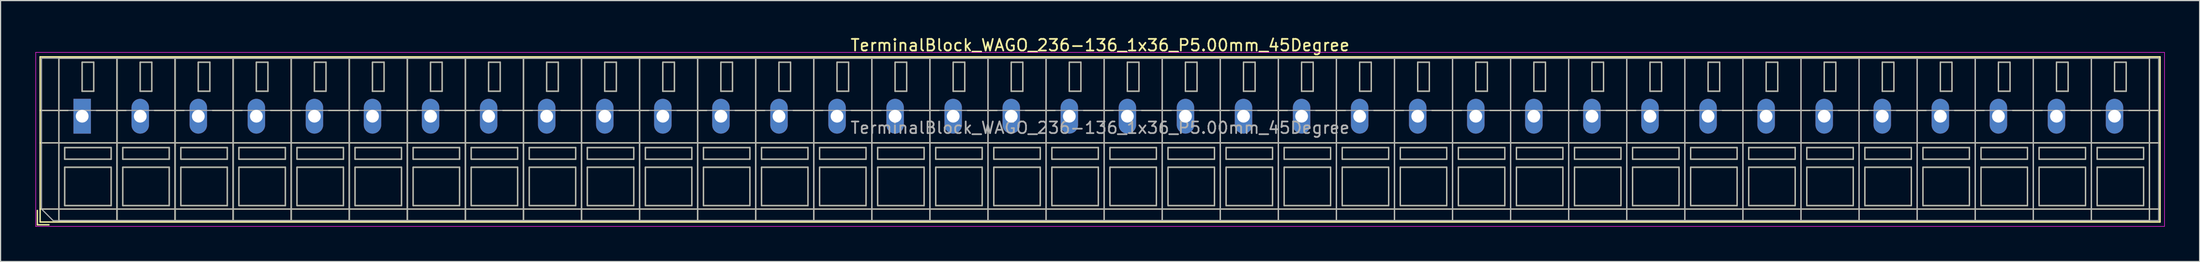
<source format=kicad_pcb>
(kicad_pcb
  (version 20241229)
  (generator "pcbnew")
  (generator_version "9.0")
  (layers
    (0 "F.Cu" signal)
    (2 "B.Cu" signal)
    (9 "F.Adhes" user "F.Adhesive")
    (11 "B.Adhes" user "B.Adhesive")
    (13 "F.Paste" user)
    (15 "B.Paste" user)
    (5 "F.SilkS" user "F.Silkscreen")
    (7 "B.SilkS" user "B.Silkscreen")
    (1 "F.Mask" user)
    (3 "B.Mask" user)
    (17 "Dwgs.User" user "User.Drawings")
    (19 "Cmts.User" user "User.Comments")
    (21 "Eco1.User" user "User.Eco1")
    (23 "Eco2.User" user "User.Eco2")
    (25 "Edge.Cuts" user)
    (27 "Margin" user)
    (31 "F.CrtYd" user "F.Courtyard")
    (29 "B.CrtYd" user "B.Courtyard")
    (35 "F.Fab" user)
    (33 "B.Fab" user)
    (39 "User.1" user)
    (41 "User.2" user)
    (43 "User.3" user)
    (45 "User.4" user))
  (footprint "TerminalBlock_WAGO_236-136_1x36_P5.00mm_45Degree"
    (layer "F.Cu")
    (at 4.025 6.968)
    (property "Reference" "TerminalBlock_WAGO_236-136_1x36_P5.00mm_45Degree" (at 87.65 -6.12 0) (layer "F.SilkS") (effects (font (size 1 1) (thickness 0.15))))
    (attr through_hole)
    (fp_line (start -3.86 8.12) (end -3.86 9.36) (stroke (width 0.12) (type solid)) (layer "F.SilkS"))
    (fp_line (start -3.86 9.36) (end -2.86 9.36) (stroke (width 0.12) (type solid)) (layer "F.SilkS"))
    (fp_line (start -3.62 -5.12) (end -3.62 9.12) (stroke (width 0.12) (type solid)) (layer "F.SilkS"))
    (fp_line (start -3.62 -5.12) (end 178.92 -5.12) (stroke (width 0.12) (type solid)) (layer "F.SilkS"))
    (fp_line (start -3.62 -0.5) (end -1.23 -0.5) (stroke (width 0.12) (type solid)) (layer "F.SilkS"))
    (fp_line (start -3.62 2.3) (end 178.92 2.3) (stroke (width 0.12) (type solid)) (layer "F.SilkS"))
    (fp_line (start -3.62 8) (end 178.92 8) (stroke (width 0.12) (type solid)) (layer "F.SilkS"))
    (fp_line (start -3.62 9.12) (end 178.92 9.12) (stroke (width 0.12) (type solid)) (layer "F.SilkS"))
    (fp_line (start -2 -5) (end -2 9) (stroke (width 0.12) (type solid)) (layer "F.SilkS"))
    (fp_line (start -2 -5) (end 3 -5) (stroke (width 0.12) (type solid)) (layer "F.SilkS"))
    (fp_line (start -2 9) (end 3 9) (stroke (width 0.12) (type solid)) (layer "F.SilkS"))
    (fp_line (start -1.5 2.7) (end -1.5 3.7) (stroke (width 0.12) (type solid)) (layer "F.SilkS"))
    (fp_line (start -1.5 2.7) (end 2.5 2.7) (stroke (width 0.12) (type solid)) (layer "F.SilkS"))
    (fp_line (start -1.5 3.7) (end 2.5 3.7) (stroke (width 0.12) (type solid)) (layer "F.SilkS"))
    (fp_line (start -1.5 4.4) (end -1.5 7.7) (stroke (width 0.12) (type solid)) (layer "F.SilkS"))
    (fp_line (start -1.5 4.4) (end 2.5 4.4) (stroke (width 0.12) (type solid)) (layer "F.SilkS"))
    (fp_line (start -1.5 7.7) (end 2.5 7.7) (stroke (width 0.12) (type solid)) (layer "F.SilkS"))
    (fp_line (start 0 -4.65) (end 0 -2.151) (stroke (width 0.12) (type solid)) (layer "F.SilkS"))
    (fp_line (start 0 -4.65) (end 1 -4.65) (stroke (width 0.12) (type solid)) (layer "F.SilkS"))
    (fp_line (start 0 -2.151) (end 1 -2.151) (stroke (width 0.12) (type solid)) (layer "F.SilkS"))
    (fp_line (start 1 -4.65) (end 1 -2.151) (stroke (width 0.12) (type solid)) (layer "F.SilkS"))
    (fp_line (start 1.23 -0.5) (end 3.77 -0.5) (stroke (width 0.12) (type solid)) (layer "F.SilkS"))
    (fp_line (start 2.5 2.7) (end 2.5 3.7) (stroke (width 0.12) (type solid)) (layer "F.SilkS"))
    (fp_line (start 2.5 4.4) (end 2.5 7.7) (stroke (width 0.12) (type solid)) (layer "F.SilkS"))
    (fp_line (start 3 -5) (end 3 9) (stroke (width 0.12) (type solid)) (layer "F.SilkS"))
    (fp_line (start 3 -5) (end 3 9) (stroke (width 0.12) (type solid)) (layer "F.SilkS"))
    (fp_line (start 3 -5) (end 8 -5) (stroke (width 0.12) (type solid)) (layer "F.SilkS"))
    (fp_line (start 3 9) (end 8 9) (stroke (width 0.12) (type solid)) (layer "F.SilkS"))
    (fp_line (start 3.5 2.7) (end 3.5 3.7) (stroke (width 0.12) (type solid)) (layer "F.SilkS"))
    (fp_line (start 3.5 2.7) (end 7.5 2.7) (stroke (width 0.12) (type solid)) (layer "F.SilkS"))
    (fp_line (start 3.5 3.7) (end 7.5 3.7) (stroke (width 0.12) (type solid)) (layer "F.SilkS"))
    (fp_line (start 3.5 4.4) (end 3.5 7.7) (stroke (width 0.12) (type solid)) (layer "F.SilkS"))
    (fp_line (start 3.5 4.4) (end 7.5 4.4) (stroke (width 0.12) (type solid)) (layer "F.SilkS"))
    (fp_line (start 3.5 7.7) (end 7.5 7.7) (stroke (width 0.12) (type solid)) (layer "F.SilkS"))
    (fp_line (start 5 -4.65) (end 5 -2.151) (stroke (width 0.12) (type solid)) (layer "F.SilkS"))
    (fp_line (start 5 -4.65) (end 6 -4.65) (stroke (width 0.12) (type solid)) (layer "F.SilkS"))
    (fp_line (start 5 -2.151) (end 6 -2.151) (stroke (width 0.12) (type solid)) (layer "F.SilkS"))
    (fp_line (start 6 -4.65) (end 6 -2.151) (stroke (width 0.12) (type solid)) (layer "F.SilkS"))
    (fp_line (start 6.23 -0.5) (end 8.77 -0.5) (stroke (width 0.12) (type solid)) (layer "F.SilkS"))
    (fp_line (start 7.5 2.7) (end 7.5 3.7) (stroke (width 0.12) (type solid)) (layer "F.SilkS"))
    (fp_line (start 7.5 4.4) (end 7.5 7.7) (stroke (width 0.12) (type solid)) (layer "F.SilkS"))
    (fp_line (start 8 -5) (end 8 9) (stroke (width 0.12) (type solid)) (layer "F.SilkS"))
    (fp_line (start 8 -5) (end 8 9) (stroke (width 0.12) (type solid)) (layer "F.SilkS"))
    (fp_line (start 8 -5) (end 13 -5) (stroke (width 0.12) (type solid)) (layer "F.SilkS"))
    (fp_line (start 8 9) (end 13 9) (stroke (width 0.12) (type solid)) (layer "F.SilkS"))
    (fp_line (start 8.5 2.7) (end 8.5 3.7) (stroke (width 0.12) (type solid)) (layer "F.SilkS"))
    (fp_line (start 8.5 2.7) (end 12.5 2.7) (stroke (width 0.12) (type solid)) (layer "F.SilkS"))
    (fp_line (start 8.5 3.7) (end 12.5 3.7) (stroke (width 0.12) (type solid)) (layer "F.SilkS"))
    (fp_line (start 8.5 4.4) (end 8.5 7.7) (stroke (width 0.12) (type solid)) (layer "F.SilkS"))
    (fp_line (start 8.5 4.4) (end 12.5 4.4) (stroke (width 0.12) (type solid)) (layer "F.SilkS"))
    (fp_line (start 8.5 7.7) (end 12.5 7.7) (stroke (width 0.12) (type solid)) (layer "F.SilkS"))
    (fp_line (start 10 -4.65) (end 10 -2.151) (stroke (width 0.12) (type solid)) (layer "F.SilkS"))
    (fp_line (start 10 -4.65) (end 11 -4.65) (stroke (width 0.12) (type solid)) (layer "F.SilkS"))
    (fp_line (start 10 -2.151) (end 11 -2.151) (stroke (width 0.12) (type solid)) (layer "F.SilkS"))
    (fp_line (start 11 -4.65) (end 11 -2.151) (stroke (width 0.12) (type solid)) (layer "F.SilkS"))
    (fp_line (start 11.23 -0.5) (end 13.77 -0.5) (stroke (width 0.12) (type solid)) (layer "F.SilkS"))
    (fp_line (start 12.5 2.7) (end 12.5 3.7) (stroke (width 0.12) (type solid)) (layer "F.SilkS"))
    (fp_line (start 12.5 4.4) (end 12.5 7.7) (stroke (width 0.12) (type solid)) (layer "F.SilkS"))
    (fp_line (start 13 -5) (end 13 9) (stroke (width 0.12) (type solid)) (layer "F.SilkS"))
    (fp_line (start 13 -5) (end 13 9) (stroke (width 0.12) (type solid)) (layer "F.SilkS"))
    (fp_line (start 13 -5) (end 18 -5) (stroke (width 0.12) (type solid)) (layer "F.SilkS"))
    (fp_line (start 13 9) (end 18 9) (stroke (width 0.12) (type solid)) (layer "F.SilkS"))
    (fp_line (start 13.5 2.7) (end 13.5 3.7) (stroke (width 0.12) (type solid)) (layer "F.SilkS"))
    (fp_line (start 13.5 2.7) (end 17.5 2.7) (stroke (width 0.12) (type solid)) (layer "F.SilkS"))
    (fp_line (start 13.5 3.7) (end 17.5 3.7) (stroke (width 0.12) (type solid)) (layer "F.SilkS"))
    (fp_line (start 13.5 4.4) (end 13.5 7.7) (stroke (width 0.12) (type solid)) (layer "F.SilkS"))
    (fp_line (start 13.5 4.4) (end 17.5 4.4) (stroke (width 0.12) (type solid)) (layer "F.SilkS"))
    (fp_line (start 13.5 7.7) (end 17.5 7.7) (stroke (width 0.12) (type solid)) (layer "F.SilkS"))
    (fp_line (start 15 -4.65) (end 15 -2.151) (stroke (width 0.12) (type solid)) (layer "F.SilkS"))
    (fp_line (start 15 -4.65) (end 16 -4.65) (stroke (width 0.12) (type solid)) (layer "F.SilkS"))
    (fp_line (start 15 -2.151) (end 16 -2.151) (stroke (width 0.12) (type solid)) (layer "F.SilkS"))
    (fp_line (start 16 -4.65) (end 16 -2.151) (stroke (width 0.12) (type solid)) (layer "F.SilkS"))
    (fp_line (start 16.23 -0.5) (end 18.77 -0.5) (stroke (width 0.12) (type solid)) (layer "F.SilkS"))
    (fp_line (start 17.5 2.7) (end 17.5 3.7) (stroke (width 0.12) (type solid)) (layer "F.SilkS"))
    (fp_line (start 17.5 4.4) (end 17.5 7.7) (stroke (width 0.12) (type solid)) (layer "F.SilkS"))
    (fp_line (start 18 -5) (end 18 9) (stroke (width 0.12) (type solid)) (layer "F.SilkS"))
    (fp_line (start 18 -5) (end 18 9) (stroke (width 0.12) (type solid)) (layer "F.SilkS"))
    (fp_line (start 18 -5) (end 23 -5) (stroke (width 0.12) (type solid)) (layer "F.SilkS"))
    (fp_line (start 18 9) (end 23 9) (stroke (width 0.12) (type solid)) (layer "F.SilkS"))
    (fp_line (start 18.5 2.7) (end 18.5 3.7) (stroke (width 0.12) (type solid)) (layer "F.SilkS"))
    (fp_line (start 18.5 2.7) (end 22.5 2.7) (stroke (width 0.12) (type solid)) (layer "F.SilkS"))
    (fp_line (start 18.5 3.7) (end 22.5 3.7) (stroke (width 0.12) (type solid)) (layer "F.SilkS"))
    (fp_line (start 18.5 4.4) (end 18.5 7.7) (stroke (width 0.12) (type solid)) (layer "F.SilkS"))
    (fp_line (start 18.5 4.4) (end 22.5 4.4) (stroke (width 0.12) (type solid)) (layer "F.SilkS"))
    (fp_line (start 18.5 7.7) (end 22.5 7.7) (stroke (width 0.12) (type solid)) (layer "F.SilkS"))
    (fp_line (start 20 -4.65) (end 20 -2.151) (stroke (width 0.12) (type solid)) (layer "F.SilkS"))
    (fp_line (start 20 -4.65) (end 21 -4.65) (stroke (width 0.12) (type solid)) (layer "F.SilkS"))
    (fp_line (start 20 -2.151) (end 21 -2.151) (stroke (width 0.12) (type solid)) (layer "F.SilkS"))
    (fp_line (start 21 -4.65) (end 21 -2.151) (stroke (width 0.12) (type solid)) (layer "F.SilkS"))
    (fp_line (start 21.23 -0.5) (end 23.77 -0.5) (stroke (width 0.12) (type solid)) (layer "F.SilkS"))
    (fp_line (start 22.5 2.7) (end 22.5 3.7) (stroke (width 0.12) (type solid)) (layer "F.SilkS"))
    (fp_line (start 22.5 4.4) (end 22.5 7.7) (stroke (width 0.12) (type solid)) (layer "F.SilkS"))
    (fp_line (start 23 -5) (end 23 9) (stroke (width 0.12) (type solid)) (layer "F.SilkS"))
    (fp_line (start 23 -5) (end 23 9) (stroke (width 0.12) (type solid)) (layer "F.SilkS"))
    (fp_line (start 23 -5) (end 28 -5) (stroke (width 0.12) (type solid)) (layer "F.SilkS"))
    (fp_line (start 23 9) (end 28 9) (stroke (width 0.12) (type solid)) (layer "F.SilkS"))
    (fp_line (start 23.5 2.7) (end 23.5 3.7) (stroke (width 0.12) (type solid)) (layer "F.SilkS"))
    (fp_line (start 23.5 2.7) (end 27.5 2.7) (stroke (width 0.12) (type solid)) (layer "F.SilkS"))
    (fp_line (start 23.5 3.7) (end 27.5 3.7) (stroke (width 0.12) (type solid)) (layer "F.SilkS"))
    (fp_line (start 23.5 4.4) (end 23.5 7.7) (stroke (width 0.12) (type solid)) (layer "F.SilkS"))
    (fp_line (start 23.5 4.4) (end 27.5 4.4) (stroke (width 0.12) (type solid)) (layer "F.SilkS"))
    (fp_line (start 23.5 7.7) (end 27.5 7.7) (stroke (width 0.12) (type solid)) (layer "F.SilkS"))
    (fp_line (start 25 -4.65) (end 25 -2.151) (stroke (width 0.12) (type solid)) (layer "F.SilkS"))
    (fp_line (start 25 -4.65) (end 26 -4.65) (stroke (width 0.12) (type solid)) (layer "F.SilkS"))
    (fp_line (start 25 -2.151) (end 26 -2.151) (stroke (width 0.12) (type solid)) (layer "F.SilkS"))
    (fp_line (start 26 -4.65) (end 26 -2.151) (stroke (width 0.12) (type solid)) (layer "F.SilkS"))
    (fp_line (start 26.23 -0.5) (end 28.77 -0.5) (stroke (width 0.12) (type solid)) (layer "F.SilkS"))
    (fp_line (start 27.5 2.7) (end 27.5 3.7) (stroke (width 0.12) (type solid)) (layer "F.SilkS"))
    (fp_line (start 27.5 4.4) (end 27.5 7.7) (stroke (width 0.12) (type solid)) (layer "F.SilkS"))
    (fp_line (start 28 -5) (end 28 9) (stroke (width 0.12) (type solid)) (layer "F.SilkS"))
    (fp_line (start 28 -5) (end 28 9) (stroke (width 0.12) (type solid)) (layer "F.SilkS"))
    (fp_line (start 28 -5) (end 33 -5) (stroke (width 0.12) (type solid)) (layer "F.SilkS"))
    (fp_line (start 28 9) (end 33 9) (stroke (width 0.12) (type solid)) (layer "F.SilkS"))
    (fp_line (start 28.5 2.7) (end 28.5 3.7) (stroke (width 0.12) (type solid)) (layer "F.SilkS"))
    (fp_line (start 28.5 2.7) (end 32.5 2.7) (stroke (width 0.12) (type solid)) (layer "F.SilkS"))
    (fp_line (start 28.5 3.7) (end 32.5 3.7) (stroke (width 0.12) (type solid)) (layer "F.SilkS"))
    (fp_line (start 28.5 4.4) (end 28.5 7.7) (stroke (width 0.12) (type solid)) (layer "F.SilkS"))
    (fp_line (start 28.5 4.4) (end 32.5 4.4) (stroke (width 0.12) (type solid)) (layer "F.SilkS"))
    (fp_line (start 28.5 7.7) (end 32.5 7.7) (stroke (width 0.12) (type solid)) (layer "F.SilkS"))
    (fp_line (start 30 -4.65) (end 30 -2.151) (stroke (width 0.12) (type solid)) (layer "F.SilkS"))
    (fp_line (start 30 -4.65) (end 31 -4.65) (stroke (width 0.12) (type solid)) (layer "F.SilkS"))
    (fp_line (start 30 -2.151) (end 31 -2.151) (stroke (width 0.12) (type solid)) (layer "F.SilkS"))
    (fp_line (start 31 -4.65) (end 31 -2.151) (stroke (width 0.12) (type solid)) (layer "F.SilkS"))
    (fp_line (start 31.23 -0.5) (end 33.77 -0.5) (stroke (width 0.12) (type solid)) (layer "F.SilkS"))
    (fp_line (start 32.5 2.7) (end 32.5 3.7) (stroke (width 0.12) (type solid)) (layer "F.SilkS"))
    (fp_line (start 32.5 4.4) (end 32.5 7.7) (stroke (width 0.12) (type solid)) (layer "F.SilkS"))
    (fp_line (start 33 -5) (end 33 9) (stroke (width 0.12) (type solid)) (layer "F.SilkS"))
    (fp_line (start 33 -5) (end 33 9) (stroke (width 0.12) (type solid)) (layer "F.SilkS"))
    (fp_line (start 33 -5) (end 38 -5) (stroke (width 0.12) (type solid)) (layer "F.SilkS"))
    (fp_line (start 33 9) (end 38 9) (stroke (width 0.12) (type solid)) (layer "F.SilkS"))
    (fp_line (start 33.5 2.7) (end 33.5 3.7) (stroke (width 0.12) (type solid)) (layer "F.SilkS"))
    (fp_line (start 33.5 2.7) (end 37.5 2.7) (stroke (width 0.12) (type solid)) (layer "F.SilkS"))
    (fp_line (start 33.5 3.7) (end 37.5 3.7) (stroke (width 0.12) (type solid)) (layer "F.SilkS"))
    (fp_line (start 33.5 4.4) (end 33.5 7.7) (stroke (width 0.12) (type solid)) (layer "F.SilkS"))
    (fp_line (start 33.5 4.4) (end 37.5 4.4) (stroke (width 0.12) (type solid)) (layer "F.SilkS"))
    (fp_line (start 33.5 7.7) (end 37.5 7.7) (stroke (width 0.12) (type solid)) (layer "F.SilkS"))
    (fp_line (start 35 -4.65) (end 35 -2.151) (stroke (width 0.12) (type solid)) (layer "F.SilkS"))
    (fp_line (start 35 -4.65) (end 36 -4.65) (stroke (width 0.12) (type solid)) (layer "F.SilkS"))
    (fp_line (start 35 -2.151) (end 36 -2.151) (stroke (width 0.12) (type solid)) (layer "F.SilkS"))
    (fp_line (start 36 -4.65) (end 36 -2.151) (stroke (width 0.12) (type solid)) (layer "F.SilkS"))
    (fp_line (start 36.23 -0.5) (end 38.77 -0.5) (stroke (width 0.12) (type solid)) (layer "F.SilkS"))
    (fp_line (start 37.5 2.7) (end 37.5 3.7) (stroke (width 0.12) (type solid)) (layer "F.SilkS"))
    (fp_line (start 37.5 4.4) (end 37.5 7.7) (stroke (width 0.12) (type solid)) (layer "F.SilkS"))
    (fp_line (start 38 -5) (end 38 9) (stroke (width 0.12) (type solid)) (layer "F.SilkS"))
    (fp_line (start 38 -5) (end 38 9) (stroke (width 0.12) (type solid)) (layer "F.SilkS"))
    (fp_line (start 38 -5) (end 43 -5) (stroke (width 0.12) (type solid)) (layer "F.SilkS"))
    (fp_line (start 38 9) (end 43 9) (stroke (width 0.12) (type solid)) (layer "F.SilkS"))
    (fp_line (start 38.5 2.7) (end 38.5 3.7) (stroke (width 0.12) (type solid)) (layer "F.SilkS"))
    (fp_line (start 38.5 2.7) (end 42.5 2.7) (stroke (width 0.12) (type solid)) (layer "F.SilkS"))
    (fp_line (start 38.5 3.7) (end 42.5 3.7) (stroke (width 0.12) (type solid)) (layer "F.SilkS"))
    (fp_line (start 38.5 4.4) (end 38.5 7.7) (stroke (width 0.12) (type solid)) (layer "F.SilkS"))
    (fp_line (start 38.5 4.4) (end 42.5 4.4) (stroke (width 0.12) (type solid)) (layer "F.SilkS"))
    (fp_line (start 38.5 7.7) (end 42.5 7.7) (stroke (width 0.12) (type solid)) (layer "F.SilkS"))
    (fp_line (start 40 -4.65) (end 40 -2.151) (stroke (width 0.12) (type solid)) (layer "F.SilkS"))
    (fp_line (start 40 -4.65) (end 41 -4.65) (stroke (width 0.12) (type solid)) (layer "F.SilkS"))
    (fp_line (start 40 -2.151) (end 41 -2.151) (stroke (width 0.12) (type solid)) (layer "F.SilkS"))
    (fp_line (start 41 -4.65) (end 41 -2.151) (stroke (width 0.12) (type solid)) (layer "F.SilkS"))
    (fp_line (start 41.23 -0.5) (end 43.77 -0.5) (stroke (width 0.12) (type solid)) (layer "F.SilkS"))
    (fp_line (start 42.5 2.7) (end 42.5 3.7) (stroke (width 0.12) (type solid)) (layer "F.SilkS"))
    (fp_line (start 42.5 4.4) (end 42.5 7.7) (stroke (width 0.12) (type solid)) (layer "F.SilkS"))
    (fp_line (start 43 -5) (end 43 9) (stroke (width 0.12) (type solid)) (layer "F.SilkS"))
    (fp_line (start 43 -5) (end 43 9) (stroke (width 0.12) (type solid)) (layer "F.SilkS"))
    (fp_line (start 43 -5) (end 48 -5) (stroke (width 0.12) (type solid)) (layer "F.SilkS"))
    (fp_line (start 43 9) (end 48 9) (stroke (width 0.12) (type solid)) (layer "F.SilkS"))
    (fp_line (start 43.5 2.7) (end 43.5 3.7) (stroke (width 0.12) (type solid)) (layer "F.SilkS"))
    (fp_line (start 43.5 2.7) (end 47.5 2.7) (stroke (width 0.12) (type solid)) (layer "F.SilkS"))
    (fp_line (start 43.5 3.7) (end 47.5 3.7) (stroke (width 0.12) (type solid)) (layer "F.SilkS"))
    (fp_line (start 43.5 4.4) (end 43.5 7.7) (stroke (width 0.12) (type solid)) (layer "F.SilkS"))
    (fp_line (start 43.5 4.4) (end 47.5 4.4) (stroke (width 0.12) (type solid)) (layer "F.SilkS"))
    (fp_line (start 43.5 7.7) (end 47.5 7.7) (stroke (width 0.12) (type solid)) (layer "F.SilkS"))
    (fp_line (start 45 -4.65) (end 45 -2.151) (stroke (width 0.12) (type solid)) (layer "F.SilkS"))
    (fp_line (start 45 -4.65) (end 46 -4.65) (stroke (width 0.12) (type solid)) (layer "F.SilkS"))
    (fp_line (start 45 -2.151) (end 46 -2.151) (stroke (width 0.12) (type solid)) (layer "F.SilkS"))
    (fp_line (start 46 -4.65) (end 46 -2.151) (stroke (width 0.12) (type solid)) (layer "F.SilkS"))
    (fp_line (start 46.23 -0.5) (end 48.77 -0.5) (stroke (width 0.12) (type solid)) (layer "F.SilkS"))
    (fp_line (start 47.5 2.7) (end 47.5 3.7) (stroke (width 0.12) (type solid)) (layer "F.SilkS"))
    (fp_line (start 47.5 4.4) (end 47.5 7.7) (stroke (width 0.12) (type solid)) (layer "F.SilkS"))
    (fp_line (start 48 -5) (end 48 9) (stroke (width 0.12) (type solid)) (layer "F.SilkS"))
    (fp_line (start 48 -5) (end 48 9) (stroke (width 0.12) (type solid)) (layer "F.SilkS"))
    (fp_line (start 48 -5) (end 53 -5) (stroke (width 0.12) (type solid)) (layer "F.SilkS"))
    (fp_line (start 48 9) (end 53 9) (stroke (width 0.12) (type solid)) (layer "F.SilkS"))
    (fp_line (start 48.5 2.7) (end 48.5 3.7) (stroke (width 0.12) (type solid)) (layer "F.SilkS"))
    (fp_line (start 48.5 2.7) (end 52.5 2.7) (stroke (width 0.12) (type solid)) (layer "F.SilkS"))
    (fp_line (start 48.5 3.7) (end 52.5 3.7) (stroke (width 0.12) (type solid)) (layer "F.SilkS"))
    (fp_line (start 48.5 4.4) (end 48.5 7.7) (stroke (width 0.12) (type solid)) (layer "F.SilkS"))
    (fp_line (start 48.5 4.4) (end 52.5 4.4) (stroke (width 0.12) (type solid)) (layer "F.SilkS"))
    (fp_line (start 48.5 7.7) (end 52.5 7.7) (stroke (width 0.12) (type solid)) (layer "F.SilkS"))
    (fp_line (start 50 -4.65) (end 50 -2.151) (stroke (width 0.12) (type solid)) (layer "F.SilkS"))
    (fp_line (start 50 -4.65) (end 51 -4.65) (stroke (width 0.12) (type solid)) (layer "F.SilkS"))
    (fp_line (start 50 -2.151) (end 51 -2.151) (stroke (width 0.12) (type solid)) (layer "F.SilkS"))
    (fp_line (start 51 -4.65) (end 51 -2.151) (stroke (width 0.12) (type solid)) (layer "F.SilkS"))
    (fp_line (start 51.23 -0.5) (end 53.77 -0.5) (stroke (width 0.12) (type solid)) (layer "F.SilkS"))
    (fp_line (start 52.5 2.7) (end 52.5 3.7) (stroke (width 0.12) (type solid)) (layer "F.SilkS"))
    (fp_line (start 52.5 4.4) (end 52.5 7.7) (stroke (width 0.12) (type solid)) (layer "F.SilkS"))
    (fp_line (start 53 -5) (end 53 9) (stroke (width 0.12) (type solid)) (layer "F.SilkS"))
    (fp_line (start 53 -5) (end 53 9) (stroke (width 0.12) (type solid)) (layer "F.SilkS"))
    (fp_line (start 53 -5) (end 58 -5) (stroke (width 0.12) (type solid)) (layer "F.SilkS"))
    (fp_line (start 53 9) (end 58 9) (stroke (width 0.12) (type solid)) (layer "F.SilkS"))
    (fp_line (start 53.5 2.7) (end 53.5 3.7) (stroke (width 0.12) (type solid)) (layer "F.SilkS"))
    (fp_line (start 53.5 2.7) (end 57.5 2.7) (stroke (width 0.12) (type solid)) (layer "F.SilkS"))
    (fp_line (start 53.5 3.7) (end 57.5 3.7) (stroke (width 0.12) (type solid)) (layer "F.SilkS"))
    (fp_line (start 53.5 4.4) (end 53.5 7.7) (stroke (width 0.12) (type solid)) (layer "F.SilkS"))
    (fp_line (start 53.5 4.4) (end 57.5 4.4) (stroke (width 0.12) (type solid)) (layer "F.SilkS"))
    (fp_line (start 53.5 7.7) (end 57.5 7.7) (stroke (width 0.12) (type solid)) (layer "F.SilkS"))
    (fp_line (start 55 -4.65) (end 55 -2.151) (stroke (width 0.12) (type solid)) (layer "F.SilkS"))
    (fp_line (start 55 -4.65) (end 56 -4.65) (stroke (width 0.12) (type solid)) (layer "F.SilkS"))
    (fp_line (start 55 -2.151) (end 56 -2.151) (stroke (width 0.12) (type solid)) (layer "F.SilkS"))
    (fp_line (start 56 -4.65) (end 56 -2.151) (stroke (width 0.12) (type solid)) (layer "F.SilkS"))
    (fp_line (start 56.23 -0.5) (end 58.77 -0.5) (stroke (width 0.12) (type solid)) (layer "F.SilkS"))
    (fp_line (start 57.5 2.7) (end 57.5 3.7) (stroke (width 0.12) (type solid)) (layer "F.SilkS"))
    (fp_line (start 57.5 4.4) (end 57.5 7.7) (stroke (width 0.12) (type solid)) (layer "F.SilkS"))
    (fp_line (start 58 -5) (end 58 9) (stroke (width 0.12) (type solid)) (layer "F.SilkS"))
    (fp_line (start 58 -5) (end 58 9) (stroke (width 0.12) (type solid)) (layer "F.SilkS"))
    (fp_line (start 58 -5) (end 63 -5) (stroke (width 0.12) (type solid)) (layer "F.SilkS"))
    (fp_line (start 58 9) (end 63 9) (stroke (width 0.12) (type solid)) (layer "F.SilkS"))
    (fp_line (start 58.5 2.7) (end 58.5 3.7) (stroke (width 0.12) (type solid)) (layer "F.SilkS"))
    (fp_line (start 58.5 2.7) (end 62.5 2.7) (stroke (width 0.12) (type solid)) (layer "F.SilkS"))
    (fp_line (start 58.5 3.7) (end 62.5 3.7) (stroke (width 0.12) (type solid)) (layer "F.SilkS"))
    (fp_line (start 58.5 4.4) (end 58.5 7.7) (stroke (width 0.12) (type solid)) (layer "F.SilkS"))
    (fp_line (start 58.5 4.4) (end 62.5 4.4) (stroke (width 0.12) (type solid)) (layer "F.SilkS"))
    (fp_line (start 58.5 7.7) (end 62.5 7.7) (stroke (width 0.12) (type solid)) (layer "F.SilkS"))
    (fp_line (start 60 -4.65) (end 60 -2.151) (stroke (width 0.12) (type solid)) (layer "F.SilkS"))
    (fp_line (start 60 -4.65) (end 61 -4.65) (stroke (width 0.12) (type solid)) (layer "F.SilkS"))
    (fp_line (start 60 -2.151) (end 61 -2.151) (stroke (width 0.12) (type solid)) (layer "F.SilkS"))
    (fp_line (start 61 -4.65) (end 61 -2.151) (stroke (width 0.12) (type solid)) (layer "F.SilkS"))
    (fp_line (start 61.23 -0.5) (end 63.77 -0.5) (stroke (width 0.12) (type solid)) (layer "F.SilkS"))
    (fp_line (start 62.5 2.7) (end 62.5 3.7) (stroke (width 0.12) (type solid)) (layer "F.SilkS"))
    (fp_line (start 62.5 4.4) (end 62.5 7.7) (stroke (width 0.12) (type solid)) (layer "F.SilkS"))
    (fp_line (start 63 -5) (end 63 9) (stroke (width 0.12) (type solid)) (layer "F.SilkS"))
    (fp_line (start 63 -5) (end 63 9) (stroke (width 0.12) (type solid)) (layer "F.SilkS"))
    (fp_line (start 63 -5) (end 68 -5) (stroke (width 0.12) (type solid)) (layer "F.SilkS"))
    (fp_line (start 63 9) (end 68 9) (stroke (width 0.12) (type solid)) (layer "F.SilkS"))
    (fp_line (start 63.5 2.7) (end 63.5 3.7) (stroke (width 0.12) (type solid)) (layer "F.SilkS"))
    (fp_line (start 63.5 2.7) (end 67.5 2.7) (stroke (width 0.12) (type solid)) (layer "F.SilkS"))
    (fp_line (start 63.5 3.7) (end 67.5 3.7) (stroke (width 0.12) (type solid)) (layer "F.SilkS"))
    (fp_line (start 63.5 4.4) (end 63.5 7.7) (stroke (width 0.12) (type solid)) (layer "F.SilkS"))
    (fp_line (start 63.5 4.4) (end 67.5 4.4) (stroke (width 0.12) (type solid)) (layer "F.SilkS"))
    (fp_line (start 63.5 7.7) (end 67.5 7.7) (stroke (width 0.12) (type solid)) (layer "F.SilkS"))
    (fp_line (start 65 -4.65) (end 65 -2.151) (stroke (width 0.12) (type solid)) (layer "F.SilkS"))
    (fp_line (start 65 -4.65) (end 66 -4.65) (stroke (width 0.12) (type solid)) (layer "F.SilkS"))
    (fp_line (start 65 -2.151) (end 66 -2.151) (stroke (width 0.12) (type solid)) (layer "F.SilkS"))
    (fp_line (start 66 -4.65) (end 66 -2.151) (stroke (width 0.12) (type solid)) (layer "F.SilkS"))
    (fp_line (start 66.23 -0.5) (end 68.77 -0.5) (stroke (width 0.12) (type solid)) (layer "F.SilkS"))
    (fp_line (start 67.5 2.7) (end 67.5 3.7) (stroke (width 0.12) (type solid)) (layer "F.SilkS"))
    (fp_line (start 67.5 4.4) (end 67.5 7.7) (stroke (width 0.12) (type solid)) (layer "F.SilkS"))
    (fp_line (start 68 -5) (end 68 9) (stroke (width 0.12) (type solid)) (layer "F.SilkS"))
    (fp_line (start 68 -5) (end 68 9) (stroke (width 0.12) (type solid)) (layer "F.SilkS"))
    (fp_line (start 68 -5) (end 73 -5) (stroke (width 0.12) (type solid)) (layer "F.SilkS"))
    (fp_line (start 68 9) (end 73 9) (stroke (width 0.12) (type solid)) (layer "F.SilkS"))
    (fp_line (start 68.5 2.7) (end 68.5 3.7) (stroke (width 0.12) (type solid)) (layer "F.SilkS"))
    (fp_line (start 68.5 2.7) (end 72.5 2.7) (stroke (width 0.12) (type solid)) (layer "F.SilkS"))
    (fp_line (start 68.5 3.7) (end 72.5 3.7) (stroke (width 0.12) (type solid)) (layer "F.SilkS"))
    (fp_line (start 68.5 4.4) (end 68.5 7.7) (stroke (width 0.12) (type solid)) (layer "F.SilkS"))
    (fp_line (start 68.5 4.4) (end 72.5 4.4) (stroke (width 0.12) (type solid)) (layer "F.SilkS"))
    (fp_line (start 68.5 7.7) (end 72.5 7.7) (stroke (width 0.12) (type solid)) (layer "F.SilkS"))
    (fp_line (start 70 -4.65) (end 70 -2.151) (stroke (width 0.12) (type solid)) (layer "F.SilkS"))
    (fp_line (start 70 -4.65) (end 71 -4.65) (stroke (width 0.12) (type solid)) (layer "F.SilkS"))
    (fp_line (start 70 -2.151) (end 71 -2.151) (stroke (width 0.12) (type solid)) (layer "F.SilkS"))
    (fp_line (start 71 -4.65) (end 71 -2.151) (stroke (width 0.12) (type solid)) (layer "F.SilkS"))
    (fp_line (start 71.23 -0.5) (end 73.77 -0.5) (stroke (width 0.12) (type solid)) (layer "F.SilkS"))
    (fp_line (start 72.5 2.7) (end 72.5 3.7) (stroke (width 0.12) (type solid)) (layer "F.SilkS"))
    (fp_line (start 72.5 4.4) (end 72.5 7.7) (stroke (width 0.12) (type solid)) (layer "F.SilkS"))
    (fp_line (start 73 -5) (end 73 9) (stroke (width 0.12) (type solid)) (layer "F.SilkS"))
    (fp_line (start 73 -5) (end 73 9) (stroke (width 0.12) (type solid)) (layer "F.SilkS"))
    (fp_line (start 73 -5) (end 78 -5) (stroke (width 0.12) (type solid)) (layer "F.SilkS"))
    (fp_line (start 73 9) (end 78 9) (stroke (width 0.12) (type solid)) (layer "F.SilkS"))
    (fp_line (start 73.5 2.7) (end 73.5 3.7) (stroke (width 0.12) (type solid)) (layer "F.SilkS"))
    (fp_line (start 73.5 2.7) (end 77.5 2.7) (stroke (width 0.12) (type solid)) (layer "F.SilkS"))
    (fp_line (start 73.5 3.7) (end 77.5 3.7) (stroke (width 0.12) (type solid)) (layer "F.SilkS"))
    (fp_line (start 73.5 4.4) (end 73.5 7.7) (stroke (width 0.12) (type solid)) (layer "F.SilkS"))
    (fp_line (start 73.5 4.4) (end 77.5 4.4) (stroke (width 0.12) (type solid)) (layer "F.SilkS"))
    (fp_line (start 73.5 7.7) (end 77.5 7.7) (stroke (width 0.12) (type solid)) (layer "F.SilkS"))
    (fp_line (start 75 -4.65) (end 75 -2.151) (stroke (width 0.12) (type solid)) (layer "F.SilkS"))
    (fp_line (start 75 -4.65) (end 76 -4.65) (stroke (width 0.12) (type solid)) (layer "F.SilkS"))
    (fp_line (start 75 -2.151) (end 76 -2.151) (stroke (width 0.12) (type solid)) (layer "F.SilkS"))
    (fp_line (start 76 -4.65) (end 76 -2.151) (stroke (width 0.12) (type solid)) (layer "F.SilkS"))
    (fp_line (start 76.23 -0.5) (end 78.77 -0.5) (stroke (width 0.12) (type solid)) (layer "F.SilkS"))
    (fp_line (start 77.5 2.7) (end 77.5 3.7) (stroke (width 0.12) (type solid)) (layer "F.SilkS"))
    (fp_line (start 77.5 4.4) (end 77.5 7.7) (stroke (width 0.12) (type solid)) (layer "F.SilkS"))
    (fp_line (start 78 -5) (end 78 9) (stroke (width 0.12) (type solid)) (layer "F.SilkS"))
    (fp_line (start 78 -5) (end 78 9) (stroke (width 0.12) (type solid)) (layer "F.SilkS"))
    (fp_line (start 78 -5) (end 83 -5) (stroke (width 0.12) (type solid)) (layer "F.SilkS"))
    (fp_line (start 78 9) (end 83 9) (stroke (width 0.12) (type solid)) (layer "F.SilkS"))
    (fp_line (start 78.5 2.7) (end 78.5 3.7) (stroke (width 0.12) (type solid)) (layer "F.SilkS"))
    (fp_line (start 78.5 2.7) (end 82.5 2.7) (stroke (width 0.12) (type solid)) (layer "F.SilkS"))
    (fp_line (start 78.5 3.7) (end 82.5 3.7) (stroke (width 0.12) (type solid)) (layer "F.SilkS"))
    (fp_line (start 78.5 4.4) (end 78.5 7.7) (stroke (width 0.12) (type solid)) (layer "F.SilkS"))
    (fp_line (start 78.5 4.4) (end 82.5 4.4) (stroke (width 0.12) (type solid)) (layer "F.SilkS"))
    (fp_line (start 78.5 7.7) (end 82.5 7.7) (stroke (width 0.12) (type solid)) (layer "F.SilkS"))
    (fp_line (start 80 -4.65) (end 80 -2.151) (stroke (width 0.12) (type solid)) (layer "F.SilkS"))
    (fp_line (start 80 -4.65) (end 81 -4.65) (stroke (width 0.12) (type solid)) (layer "F.SilkS"))
    (fp_line (start 80 -2.151) (end 81 -2.151) (stroke (width 0.12) (type solid)) (layer "F.SilkS"))
    (fp_line (start 81 -4.65) (end 81 -2.151) (stroke (width 0.12) (type solid)) (layer "F.SilkS"))
    (fp_line (start 81.23 -0.5) (end 83.77 -0.5) (stroke (width 0.12) (type solid)) (layer "F.SilkS"))
    (fp_line (start 82.5 2.7) (end 82.5 3.7) (stroke (width 0.12) (type solid)) (layer "F.SilkS"))
    (fp_line (start 82.5 4.4) (end 82.5 7.7) (stroke (width 0.12) (type solid)) (layer "F.SilkS"))
    (fp_line (start 83 -5) (end 83 9) (stroke (width 0.12) (type solid)) (layer "F.SilkS"))
    (fp_line (start 83 -5) (end 83 9) (stroke (width 0.12) (type solid)) (layer "F.SilkS"))
    (fp_line (start 83 -5) (end 88 -5) (stroke (width 0.12) (type solid)) (layer "F.SilkS"))
    (fp_line (start 83 9) (end 88 9) (stroke (width 0.12) (type solid)) (layer "F.SilkS"))
    (fp_line (start 83.5 2.7) (end 83.5 3.7) (stroke (width 0.12) (type solid)) (layer "F.SilkS"))
    (fp_line (start 83.5 2.7) (end 87.5 2.7) (stroke (width 0.12) (type solid)) (layer "F.SilkS"))
    (fp_line (start 83.5 3.7) (end 87.5 3.7) (stroke (width 0.12) (type solid)) (layer "F.SilkS"))
    (fp_line (start 83.5 4.4) (end 83.5 7.7) (stroke (width 0.12) (type solid)) (layer "F.SilkS"))
    (fp_line (start 83.5 4.4) (end 87.5 4.4) (stroke (width 0.12) (type solid)) (layer "F.SilkS"))
    (fp_line (start 83.5 7.7) (end 87.5 7.7) (stroke (width 0.12) (type solid)) (layer "F.SilkS"))
    (fp_line (start 85 -4.65) (end 85 -2.151) (stroke (width 0.12) (type solid)) (layer "F.SilkS"))
    (fp_line (start 85 -4.65) (end 86 -4.65) (stroke (width 0.12) (type solid)) (layer "F.SilkS"))
    (fp_line (start 85 -2.151) (end 86 -2.151) (stroke (width 0.12) (type solid)) (layer "F.SilkS"))
    (fp_line (start 86 -4.65) (end 86 -2.151) (stroke (width 0.12) (type solid)) (layer "F.SilkS"))
    (fp_line (start 86.23 -0.5) (end 88.77 -0.5) (stroke (width 0.12) (type solid)) (layer "F.SilkS"))
    (fp_line (start 87.5 2.7) (end 87.5 3.7) (stroke (width 0.12) (type solid)) (layer "F.SilkS"))
    (fp_line (start 87.5 4.4) (end 87.5 7.7) (stroke (width 0.12) (type solid)) (layer "F.SilkS"))
    (fp_line (start 88 -5) (end 88 9) (stroke (width 0.12) (type solid)) (layer "F.SilkS"))
    (fp_line (start 88 -5) (end 88 9) (stroke (width 0.12) (type solid)) (layer "F.SilkS"))
    (fp_line (start 88 -5) (end 93 -5) (stroke (width 0.12) (type solid)) (layer "F.SilkS"))
    (fp_line (start 88 9) (end 93 9) (stroke (width 0.12) (type solid)) (layer "F.SilkS"))
    (fp_line (start 88.5 2.7) (end 88.5 3.7) (stroke (width 0.12) (type solid)) (layer "F.SilkS"))
    (fp_line (start 88.5 2.7) (end 92.5 2.7) (stroke (width 0.12) (type solid)) (layer "F.SilkS"))
    (fp_line (start 88.5 3.7) (end 92.5 3.7) (stroke (width 0.12) (type solid)) (layer "F.SilkS"))
    (fp_line (start 88.5 4.4) (end 88.5 7.7) (stroke (width 0.12) (type solid)) (layer "F.SilkS"))
    (fp_line (start 88.5 4.4) (end 92.5 4.4) (stroke (width 0.12) (type solid)) (layer "F.SilkS"))
    (fp_line (start 88.5 7.7) (end 92.5 7.7) (stroke (width 0.12) (type solid)) (layer "F.SilkS"))
    (fp_line (start 90 -4.65) (end 90 -2.151) (stroke (width 0.12) (type solid)) (layer "F.SilkS"))
    (fp_line (start 90 -4.65) (end 91 -4.65) (stroke (width 0.12) (type solid)) (layer "F.SilkS"))
    (fp_line (start 90 -2.151) (end 91 -2.151) (stroke (width 0.12) (type solid)) (layer "F.SilkS"))
    (fp_line (start 91 -4.65) (end 91 -2.151) (stroke (width 0.12) (type solid)) (layer "F.SilkS"))
    (fp_line (start 91.23 -0.5) (end 93.77 -0.5) (stroke (width 0.12) (type solid)) (layer "F.SilkS"))
    (fp_line (start 92.5 2.7) (end 92.5 3.7) (stroke (width 0.12) (type solid)) (layer "F.SilkS"))
    (fp_line (start 92.5 4.4) (end 92.5 7.7) (stroke (width 0.12) (type solid)) (layer "F.SilkS"))
    (fp_line (start 93 -5) (end 93 9) (stroke (width 0.12) (type solid)) (layer "F.SilkS"))
    (fp_line (start 93 -5) (end 93 9) (stroke (width 0.12) (type solid)) (layer "F.SilkS"))
    (fp_line (start 93 -5) (end 98 -5) (stroke (width 0.12) (type solid)) (layer "F.SilkS"))
    (fp_line (start 93 9) (end 98 9) (stroke (width 0.12) (type solid)) (layer "F.SilkS"))
    (fp_line (start 93.5 2.7) (end 93.5 3.7) (stroke (width 0.12) (type solid)) (layer "F.SilkS"))
    (fp_line (start 93.5 2.7) (end 97.5 2.7) (stroke (width 0.12) (type solid)) (layer "F.SilkS"))
    (fp_line (start 93.5 3.7) (end 97.5 3.7) (stroke (width 0.12) (type solid)) (layer "F.SilkS"))
    (fp_line (start 93.5 4.4) (end 93.5 7.7) (stroke (width 0.12) (type solid)) (layer "F.SilkS"))
    (fp_line (start 93.5 4.4) (end 97.5 4.4) (stroke (width 0.12) (type solid)) (layer "F.SilkS"))
    (fp_line (start 93.5 7.7) (end 97.5 7.7) (stroke (width 0.12) (type solid)) (layer "F.SilkS"))
    (fp_line (start 95 -4.65) (end 95 -2.151) (stroke (width 0.12) (type solid)) (layer "F.SilkS"))
    (fp_line (start 95 -4.65) (end 96 -4.65) (stroke (width 0.12) (type solid)) (layer "F.SilkS"))
    (fp_line (start 95 -2.151) (end 96 -2.151) (stroke (width 0.12) (type solid)) (layer "F.SilkS"))
    (fp_line (start 96 -4.65) (end 96 -2.151) (stroke (width 0.12) (type solid)) (layer "F.SilkS"))
    (fp_line (start 96.23 -0.5) (end 98.77 -0.5) (stroke (width 0.12) (type solid)) (layer "F.SilkS"))
    (fp_line (start 97.5 2.7) (end 97.5 3.7) (stroke (width 0.12) (type solid)) (layer "F.SilkS"))
    (fp_line (start 97.5 4.4) (end 97.5 7.7) (stroke (width 0.12) (type solid)) (layer "F.SilkS"))
    (fp_line (start 98 -5) (end 98 9) (stroke (width 0.12) (type solid)) (layer "F.SilkS"))
    (fp_line (start 98 -5) (end 98 9) (stroke (width 0.12) (type solid)) (layer "F.SilkS"))
    (fp_line (start 98 -5) (end 103 -5) (stroke (width 0.12) (type solid)) (layer "F.SilkS"))
    (fp_line (start 98 9) (end 103 9) (stroke (width 0.12) (type solid)) (layer "F.SilkS"))
    (fp_line (start 98.5 2.7) (end 98.5 3.7) (stroke (width 0.12) (type solid)) (layer "F.SilkS"))
    (fp_line (start 98.5 2.7) (end 102.5 2.7) (stroke (width 0.12) (type solid)) (layer "F.SilkS"))
    (fp_line (start 98.5 3.7) (end 102.5 3.7) (stroke (width 0.12) (type solid)) (layer "F.SilkS"))
    (fp_line (start 98.5 4.4) (end 98.5 7.7) (stroke (width 0.12) (type solid)) (layer "F.SilkS"))
    (fp_line (start 98.5 4.4) (end 102.5 4.4) (stroke (width 0.12) (type solid)) (layer "F.SilkS"))
    (fp_line (start 98.5 7.7) (end 102.5 7.7) (stroke (width 0.12) (type solid)) (layer "F.SilkS"))
    (fp_line (start 100 -4.65) (end 100 -2.151) (stroke (width 0.12) (type solid)) (layer "F.SilkS"))
    (fp_line (start 100 -4.65) (end 101 -4.65) (stroke (width 0.12) (type solid)) (layer "F.SilkS"))
    (fp_line (start 100 -2.151) (end 101 -2.151) (stroke (width 0.12) (type solid)) (layer "F.SilkS"))
    (fp_line (start 101 -4.65) (end 101 -2.151) (stroke (width 0.12) (type solid)) (layer "F.SilkS"))
    (fp_line (start 101.23 -0.5) (end 103.77 -0.5) (stroke (width 0.12) (type solid)) (layer "F.SilkS"))
    (fp_line (start 102.5 2.7) (end 102.5 3.7) (stroke (width 0.12) (type solid)) (layer "F.SilkS"))
    (fp_line (start 102.5 4.4) (end 102.5 7.7) (stroke (width 0.12) (type solid)) (layer "F.SilkS"))
    (fp_line (start 103 -5) (end 103 9) (stroke (width 0.12) (type solid)) (layer "F.SilkS"))
    (fp_line (start 103 -5) (end 103 9) (stroke (width 0.12) (type solid)) (layer "F.SilkS"))
    (fp_line (start 103 -5) (end 108 -5) (stroke (width 0.12) (type solid)) (layer "F.SilkS"))
    (fp_line (start 103 9) (end 108 9) (stroke (width 0.12) (type solid)) (layer "F.SilkS"))
    (fp_line (start 103.5 2.7) (end 103.5 3.7) (stroke (width 0.12) (type solid)) (layer "F.SilkS"))
    (fp_line (start 103.5 2.7) (end 107.5 2.7) (stroke (width 0.12) (type solid)) (layer "F.SilkS"))
    (fp_line (start 103.5 3.7) (end 107.5 3.7) (stroke (width 0.12) (type solid)) (layer "F.SilkS"))
    (fp_line (start 103.5 4.4) (end 103.5 7.7) (stroke (width 0.12) (type solid)) (layer "F.SilkS"))
    (fp_line (start 103.5 4.4) (end 107.5 4.4) (stroke (width 0.12) (type solid)) (layer "F.SilkS"))
    (fp_line (start 103.5 7.7) (end 107.5 7.7) (stroke (width 0.12) (type solid)) (layer "F.SilkS"))
    (fp_line (start 105 -4.65) (end 105 -2.151) (stroke (width 0.12) (type solid)) (layer "F.SilkS"))
    (fp_line (start 105 -4.65) (end 106 -4.65) (stroke (width 0.12) (type solid)) (layer "F.SilkS"))
    (fp_line (start 105 -2.151) (end 106 -2.151) (stroke (width 0.12) (type solid)) (layer "F.SilkS"))
    (fp_line (start 106 -4.65) (end 106 -2.151) (stroke (width 0.12) (type solid)) (layer "F.SilkS"))
    (fp_line (start 106.23 -0.5) (end 108.77 -0.5) (stroke (width 0.12) (type solid)) (layer "F.SilkS"))
    (fp_line (start 107.5 2.7) (end 107.5 3.7) (stroke (width 0.12) (type solid)) (layer "F.SilkS"))
    (fp_line (start 107.5 4.4) (end 107.5 7.7) (stroke (width 0.12) (type solid)) (layer "F.SilkS"))
    (fp_line (start 108 -5) (end 108 9) (stroke (width 0.12) (type solid)) (layer "F.SilkS"))
    (fp_line (start 108 -5) (end 108 9) (stroke (width 0.12) (type solid)) (layer "F.SilkS"))
    (fp_line (start 108 -5) (end 113 -5) (stroke (width 0.12) (type solid)) (layer "F.SilkS"))
    (fp_line (start 108 9) (end 113 9) (stroke (width 0.12) (type solid)) (layer "F.SilkS"))
    (fp_line (start 108.5 2.7) (end 108.5 3.7) (stroke (width 0.12) (type solid)) (layer "F.SilkS"))
    (fp_line (start 108.5 2.7) (end 112.5 2.7) (stroke (width 0.12) (type solid)) (layer "F.SilkS"))
    (fp_line (start 108.5 3.7) (end 112.5 3.7) (stroke (width 0.12) (type solid)) (layer "F.SilkS"))
    (fp_line (start 108.5 4.4) (end 108.5 7.7) (stroke (width 0.12) (type solid)) (layer "F.SilkS"))
    (fp_line (start 108.5 4.4) (end 112.5 4.4) (stroke (width 0.12) (type solid)) (layer "F.SilkS"))
    (fp_line (start 108.5 7.7) (end 112.5 7.7) (stroke (width 0.12) (type solid)) (layer "F.SilkS"))
    (fp_line (start 110 -4.65) (end 110 -2.151) (stroke (width 0.12) (type solid)) (layer "F.SilkS"))
    (fp_line (start 110 -4.65) (end 111 -4.65) (stroke (width 0.12) (type solid)) (layer "F.SilkS"))
    (fp_line (start 110 -2.151) (end 111 -2.151) (stroke (width 0.12) (type solid)) (layer "F.SilkS"))
    (fp_line (start 111 -4.65) (end 111 -2.151) (stroke (width 0.12) (type solid)) (layer "F.SilkS"))
    (fp_line (start 111.23 -0.5) (end 113.77 -0.5) (stroke (width 0.12) (type solid)) (layer "F.SilkS"))
    (fp_line (start 112.5 2.7) (end 112.5 3.7) (stroke (width 0.12) (type solid)) (layer "F.SilkS"))
    (fp_line (start 112.5 4.4) (end 112.5 7.7) (stroke (width 0.12) (type solid)) (layer "F.SilkS"))
    (fp_line (start 113 -5) (end 113 9) (stroke (width 0.12) (type solid)) (layer "F.SilkS"))
    (fp_line (start 113 -5) (end 113 9) (stroke (width 0.12) (type solid)) (layer "F.SilkS"))
    (fp_line (start 113 -5) (end 118 -5) (stroke (width 0.12) (type solid)) (layer "F.SilkS"))
    (fp_line (start 113 9) (end 118 9) (stroke (width 0.12) (type solid)) (layer "F.SilkS"))
    (fp_line (start 113.5 2.7) (end 113.5 3.7) (stroke (width 0.12) (type solid)) (layer "F.SilkS"))
    (fp_line (start 113.5 2.7) (end 117.5 2.7) (stroke (width 0.12) (type solid)) (layer "F.SilkS"))
    (fp_line (start 113.5 3.7) (end 117.5 3.7) (stroke (width 0.12) (type solid)) (layer "F.SilkS"))
    (fp_line (start 113.5 4.4) (end 113.5 7.7) (stroke (width 0.12) (type solid)) (layer "F.SilkS"))
    (fp_line (start 113.5 4.4) (end 117.5 4.4) (stroke (width 0.12) (type solid)) (layer "F.SilkS"))
    (fp_line (start 113.5 7.7) (end 117.5 7.7) (stroke (width 0.12) (type solid)) (layer "F.SilkS"))
    (fp_line (start 115 -4.65) (end 115 -2.151) (stroke (width 0.12) (type solid)) (layer "F.SilkS"))
    (fp_line (start 115 -4.65) (end 116 -4.65) (stroke (width 0.12) (type solid)) (layer "F.SilkS"))
    (fp_line (start 115 -2.151) (end 116 -2.151) (stroke (width 0.12) (type solid)) (layer "F.SilkS"))
    (fp_line (start 116 -4.65) (end 116 -2.151) (stroke (width 0.12) (type solid)) (layer "F.SilkS"))
    (fp_line (start 116.23 -0.5) (end 118.77 -0.5) (stroke (width 0.12) (type solid)) (layer "F.SilkS"))
    (fp_line (start 117.5 2.7) (end 117.5 3.7) (stroke (width 0.12) (type solid)) (layer "F.SilkS"))
    (fp_line (start 117.5 4.4) (end 117.5 7.7) (stroke (width 0.12) (type solid)) (layer "F.SilkS"))
    (fp_line (start 118 -5) (end 118 9) (stroke (width 0.12) (type solid)) (layer "F.SilkS"))
    (fp_line (start 118 -5) (end 118 9) (stroke (width 0.12) (type solid)) (layer "F.SilkS"))
    (fp_line (start 118 -5) (end 123 -5) (stroke (width 0.12) (type solid)) (layer "F.SilkS"))
    (fp_line (start 118 9) (end 123 9) (stroke (width 0.12) (type solid)) (layer "F.SilkS"))
    (fp_line (start 118.5 2.7) (end 118.5 3.7) (stroke (width 0.12) (type solid)) (layer "F.SilkS"))
    (fp_line (start 118.5 2.7) (end 122.5 2.7) (stroke (width 0.12) (type solid)) (layer "F.SilkS"))
    (fp_line (start 118.5 3.7) (end 122.5 3.7) (stroke (width 0.12) (type solid)) (layer "F.SilkS"))
    (fp_line (start 118.5 4.4) (end 118.5 7.7) (stroke (width 0.12) (type solid)) (layer "F.SilkS"))
    (fp_line (start 118.5 4.4) (end 122.5 4.4) (stroke (width 0.12) (type solid)) (layer "F.SilkS"))
    (fp_line (start 118.5 7.7) (end 122.5 7.7) (stroke (width 0.12) (type solid)) (layer "F.SilkS"))
    (fp_line (start 120 -4.65) (end 120 -2.151) (stroke (width 0.12) (type solid)) (layer "F.SilkS"))
    (fp_line (start 120 -4.65) (end 121 -4.65) (stroke (width 0.12) (type solid)) (layer "F.SilkS"))
    (fp_line (start 120 -2.151) (end 121 -2.151) (stroke (width 0.12) (type solid)) (layer "F.SilkS"))
    (fp_line (start 121 -4.65) (end 121 -2.151) (stroke (width 0.12) (type solid)) (layer "F.SilkS"))
    (fp_line (start 121.23 -0.5) (end 123.77 -0.5) (stroke (width 0.12) (type solid)) (layer "F.SilkS"))
    (fp_line (start 122.5 2.7) (end 122.5 3.7) (stroke (width 0.12) (type solid)) (layer "F.SilkS"))
    (fp_line (start 122.5 4.4) (end 122.5 7.7) (stroke (width 0.12) (type solid)) (layer "F.SilkS"))
    (fp_line (start 123 -5) (end 123 9) (stroke (width 0.12) (type solid)) (layer "F.SilkS"))
    (fp_line (start 123 -5) (end 123 9) (stroke (width 0.12) (type solid)) (layer "F.SilkS"))
    (fp_line (start 123 -5) (end 128 -5) (stroke (width 0.12) (type solid)) (layer "F.SilkS"))
    (fp_line (start 123 9) (end 128 9) (stroke (width 0.12) (type solid)) (layer "F.SilkS"))
    (fp_line (start 123.5 2.7) (end 123.5 3.7) (stroke (width 0.12) (type solid)) (layer "F.SilkS"))
    (fp_line (start 123.5 2.7) (end 127.5 2.7) (stroke (width 0.12) (type solid)) (layer "F.SilkS"))
    (fp_line (start 123.5 3.7) (end 127.5 3.7) (stroke (width 0.12) (type solid)) (layer "F.SilkS"))
    (fp_line (start 123.5 4.4) (end 123.5 7.7) (stroke (width 0.12) (type solid)) (layer "F.SilkS"))
    (fp_line (start 123.5 4.4) (end 127.5 4.4) (stroke (width 0.12) (type solid)) (layer "F.SilkS"))
    (fp_line (start 123.5 7.7) (end 127.5 7.7) (stroke (width 0.12) (type solid)) (layer "F.SilkS"))
    (fp_line (start 125 -4.65) (end 125 -2.151) (stroke (width 0.12) (type solid)) (layer "F.SilkS"))
    (fp_line (start 125 -4.65) (end 126 -4.65) (stroke (width 0.12) (type solid)) (layer "F.SilkS"))
    (fp_line (start 125 -2.151) (end 126 -2.151) (stroke (width 0.12) (type solid)) (layer "F.SilkS"))
    (fp_line (start 126 -4.65) (end 126 -2.151) (stroke (width 0.12) (type solid)) (layer "F.SilkS"))
    (fp_line (start 126.23 -0.5) (end 128.771 -0.5) (stroke (width 0.12) (type solid)) (layer "F.SilkS"))
    (fp_line (start 127.5 2.7) (end 127.5 3.7) (stroke (width 0.12) (type solid)) (layer "F.SilkS"))
    (fp_line (start 127.5 4.4) (end 127.5 7.7) (stroke (width 0.12) (type solid)) (layer "F.SilkS"))
    (fp_line (start 128 -5) (end 128 9) (stroke (width 0.12) (type solid)) (layer "F.SilkS"))
    (fp_line (start 128 -5) (end 128 9) (stroke (width 0.12) (type solid)) (layer "F.SilkS"))
    (fp_line (start 128 -5) (end 133 -5) (stroke (width 0.12) (type solid)) (layer "F.SilkS"))
    (fp_line (start 128 9) (end 133 9) (stroke (width 0.12) (type solid)) (layer "F.SilkS"))
    (fp_line (start 128.5 2.7) (end 128.5 3.7) (stroke (width 0.12) (type solid)) (layer "F.SilkS"))
    (fp_line (start 128.5 2.7) (end 132.5 2.7) (stroke (width 0.12) (type solid)) (layer "F.SilkS"))
    (fp_line (start 128.5 3.7) (end 132.5 3.7) (stroke (width 0.12) (type solid)) (layer "F.SilkS"))
    (fp_line (start 128.5 4.4) (end 128.5 7.7) (stroke (width 0.12) (type solid)) (layer "F.SilkS"))
    (fp_line (start 128.5 4.4) (end 132.5 4.4) (stroke (width 0.12) (type solid)) (layer "F.SilkS"))
    (fp_line (start 128.5 7.7) (end 132.5 7.7) (stroke (width 0.12) (type solid)) (layer "F.SilkS"))
    (fp_line (start 130 -4.65) (end 130 -2.151) (stroke (width 0.12) (type solid)) (layer "F.SilkS"))
    (fp_line (start 130 -4.65) (end 131 -4.65) (stroke (width 0.12) (type solid)) (layer "F.SilkS"))
    (fp_line (start 130 -2.151) (end 131 -2.151) (stroke (width 0.12) (type solid)) (layer "F.SilkS"))
    (fp_line (start 131 -4.65) (end 131 -2.151) (stroke (width 0.12) (type solid)) (layer "F.SilkS"))
    (fp_line (start 131.23 -0.5) (end 133.77 -0.5) (stroke (width 0.12) (type solid)) (layer "F.SilkS"))
    (fp_line (start 132.5 2.7) (end 132.5 3.7) (stroke (width 0.12) (type solid)) (layer "F.SilkS"))
    (fp_line (start 132.5 4.4) (end 132.5 7.7) (stroke (width 0.12) (type solid)) (layer "F.SilkS"))
    (fp_line (start 133 -5) (end 133 9) (stroke (width 0.12) (type solid)) (layer "F.SilkS"))
    (fp_line (start 133 -5) (end 133 9) (stroke (width 0.12) (type solid)) (layer "F.SilkS"))
    (fp_line (start 133 -5) (end 138 -5) (stroke (width 0.12) (type solid)) (layer "F.SilkS"))
    (fp_line (start 133 9) (end 138 9) (stroke (width 0.12) (type solid)) (layer "F.SilkS"))
    (fp_line (start 133.5 2.7) (end 133.5 3.7) (stroke (width 0.12) (type solid)) (layer "F.SilkS"))
    (fp_line (start 133.5 2.7) (end 137.5 2.7) (stroke (width 0.12) (type solid)) (layer "F.SilkS"))
    (fp_line (start 133.5 3.7) (end 137.5 3.7) (stroke (width 0.12) (type solid)) (layer "F.SilkS"))
    (fp_line (start 133.5 4.4) (end 133.5 7.7) (stroke (width 0.12) (type solid)) (layer "F.SilkS"))
    (fp_line (start 133.5 4.4) (end 137.5 4.4) (stroke (width 0.12) (type solid)) (layer "F.SilkS"))
    (fp_line (start 133.5 7.7) (end 137.5 7.7) (stroke (width 0.12) (type solid)) (layer "F.SilkS"))
    (fp_line (start 135 -4.65) (end 135 -2.151) (stroke (width 0.12) (type solid)) (layer "F.SilkS"))
    (fp_line (start 135 -4.65) (end 136 -4.65) (stroke (width 0.12) (type solid)) (layer "F.SilkS"))
    (fp_line (start 135 -2.151) (end 136 -2.151) (stroke (width 0.12) (type solid)) (layer "F.SilkS"))
    (fp_line (start 136 -4.65) (end 136 -2.151) (stroke (width 0.12) (type solid)) (layer "F.SilkS"))
    (fp_line (start 136.23 -0.5) (end 138.77 -0.5) (stroke (width 0.12) (type solid)) (layer "F.SilkS"))
    (fp_line (start 137.5 2.7) (end 137.5 3.7) (stroke (width 0.12) (type solid)) (layer "F.SilkS"))
    (fp_line (start 137.5 4.4) (end 137.5 7.7) (stroke (width 0.12) (type solid)) (layer "F.SilkS"))
    (fp_line (start 138 -5) (end 138 9) (stroke (width 0.12) (type solid)) (layer "F.SilkS"))
    (fp_line (start 138 -5) (end 138 9) (stroke (width 0.12) (type solid)) (layer "F.SilkS"))
    (fp_line (start 138 -5) (end 143 -5) (stroke (width 0.12) (type solid)) (layer "F.SilkS"))
    (fp_line (start 138 9) (end 143 9) (stroke (width 0.12) (type solid)) (layer "F.SilkS"))
    (fp_line (start 138.5 2.7) (end 138.5 3.7) (stroke (width 0.12) (type solid)) (layer "F.SilkS"))
    (fp_line (start 138.5 2.7) (end 142.5 2.7) (stroke (width 0.12) (type solid)) (layer "F.SilkS"))
    (fp_line (start 138.5 3.7) (end 142.5 3.7) (stroke (width 0.12) (type solid)) (layer "F.SilkS"))
    (fp_line (start 138.5 4.4) (end 138.5 7.7) (stroke (width 0.12) (type solid)) (layer "F.SilkS"))
    (fp_line (start 138.5 4.4) (end 142.5 4.4) (stroke (width 0.12) (type solid)) (layer "F.SilkS"))
    (fp_line (start 138.5 7.7) (end 142.5 7.7) (stroke (width 0.12) (type solid)) (layer "F.SilkS"))
    (fp_line (start 140 -4.65) (end 140 -2.151) (stroke (width 0.12) (type solid)) (layer "F.SilkS"))
    (fp_line (start 140 -4.65) (end 141 -4.65) (stroke (width 0.12) (type solid)) (layer "F.SilkS"))
    (fp_line (start 140 -2.151) (end 141 -2.151) (stroke (width 0.12) (type solid)) (layer "F.SilkS"))
    (fp_line (start 141 -4.65) (end 141 -2.151) (stroke (width 0.12) (type solid)) (layer "F.SilkS"))
    (fp_line (start 141.23 -0.5) (end 143.77 -0.5) (stroke (width 0.12) (type solid)) (layer "F.SilkS"))
    (fp_line (start 142.5 2.7) (end 142.5 3.7) (stroke (width 0.12) (type solid)) (layer "F.SilkS"))
    (fp_line (start 142.5 4.4) (end 142.5 7.7) (stroke (width 0.12) (type solid)) (layer "F.SilkS"))
    (fp_line (start 143 -5) (end 143 9) (stroke (width 0.12) (type solid)) (layer "F.SilkS"))
    (fp_line (start 143 -5) (end 143 9) (stroke (width 0.12) (type solid)) (layer "F.SilkS"))
    (fp_line (start 143 -5) (end 148 -5) (stroke (width 0.12) (type solid)) (layer "F.SilkS"))
    (fp_line (start 143 9) (end 148 9) (stroke (width 0.12) (type solid)) (layer "F.SilkS"))
    (fp_line (start 143.5 2.7) (end 143.5 3.7) (stroke (width 0.12) (type solid)) (layer "F.SilkS"))
    (fp_line (start 143.5 2.7) (end 147.5 2.7) (stroke (width 0.12) (type solid)) (layer "F.SilkS"))
    (fp_line (start 143.5 3.7) (end 147.5 3.7) (stroke (width 0.12) (type solid)) (layer "F.SilkS"))
    (fp_line (start 143.5 4.4) (end 143.5 7.7) (stroke (width 0.12) (type solid)) (layer "F.SilkS"))
    (fp_line (start 143.5 4.4) (end 147.5 4.4) (stroke (width 0.12) (type solid)) (layer "F.SilkS"))
    (fp_line (start 143.5 7.7) (end 147.5 7.7) (stroke (width 0.12) (type solid)) (layer "F.SilkS"))
    (fp_line (start 145 -4.65) (end 145 -2.151) (stroke (width 0.12) (type solid)) (layer "F.SilkS"))
    (fp_line (start 145 -4.65) (end 146 -4.65) (stroke (width 0.12) (type solid)) (layer "F.SilkS"))
    (fp_line (start 145 -2.151) (end 146 -2.151) (stroke (width 0.12) (type solid)) (layer "F.SilkS"))
    (fp_line (start 146 -4.65) (end 146 -2.151) (stroke (width 0.12) (type solid)) (layer "F.SilkS"))
    (fp_line (start 146.23 -0.5) (end 148.77 -0.5) (stroke (width 0.12) (type solid)) (layer "F.SilkS"))
    (fp_line (start 147.5 2.7) (end 147.5 3.7) (stroke (width 0.12) (type solid)) (layer "F.SilkS"))
    (fp_line (start 147.5 4.4) (end 147.5 7.7) (stroke (width 0.12) (type solid)) (layer "F.SilkS"))
    (fp_line (start 148 -5) (end 148 9) (stroke (width 0.12) (type solid)) (layer "F.SilkS"))
    (fp_line (start 148 -5) (end 148 9) (stroke (width 0.12) (type solid)) (layer "F.SilkS"))
    (fp_line (start 148 -5) (end 153 -5) (stroke (width 0.12) (type solid)) (layer "F.SilkS"))
    (fp_line (start 148 9) (end 153 9) (stroke (width 0.12) (type solid)) (layer "F.SilkS"))
    (fp_line (start 148.5 2.7) (end 148.5 3.7) (stroke (width 0.12) (type solid)) (layer "F.SilkS"))
    (fp_line (start 148.5 2.7) (end 152.5 2.7) (stroke (width 0.12) (type solid)) (layer "F.SilkS"))
    (fp_line (start 148.5 3.7) (end 152.5 3.7) (stroke (width 0.12) (type solid)) (layer "F.SilkS"))
    (fp_line (start 148.5 4.4) (end 148.5 7.7) (stroke (width 0.12) (type solid)) (layer "F.SilkS"))
    (fp_line (start 148.5 4.4) (end 152.5 4.4) (stroke (width 0.12) (type solid)) (layer "F.SilkS"))
    (fp_line (start 148.5 7.7) (end 152.5 7.7) (stroke (width 0.12) (type solid)) (layer "F.SilkS"))
    (fp_line (start 150 -4.65) (end 150 -2.151) (stroke (width 0.12) (type solid)) (layer "F.SilkS"))
    (fp_line (start 150 -4.65) (end 151 -4.65) (stroke (width 0.12) (type solid)) (layer "F.SilkS"))
    (fp_line (start 150 -2.151) (end 151 -2.151) (stroke (width 0.12) (type solid)) (layer "F.SilkS"))
    (fp_line (start 151 -4.65) (end 151 -2.151) (stroke (width 0.12) (type solid)) (layer "F.SilkS"))
    (fp_line (start 151.23 -0.5) (end 153.77 -0.5) (stroke (width 0.12) (type solid)) (layer "F.SilkS"))
    (fp_line (start 152.5 2.7) (end 152.5 3.7) (stroke (width 0.12) (type solid)) (layer "F.SilkS"))
    (fp_line (start 152.5 4.4) (end 152.5 7.7) (stroke (width 0.12) (type solid)) (layer "F.SilkS"))
    (fp_line (start 153 -5) (end 153 9) (stroke (width 0.12) (type solid)) (layer "F.SilkS"))
    (fp_line (start 153 -5) (end 153 9) (stroke (width 0.12) (type solid)) (layer "F.SilkS"))
    (fp_line (start 153 -5) (end 158 -5) (stroke (width 0.12) (type solid)) (layer "F.SilkS"))
    (fp_line (start 153 9) (end 158 9) (stroke (width 0.12) (type solid)) (layer "F.SilkS"))
    (fp_line (start 153.5 2.7) (end 153.5 3.7) (stroke (width 0.12) (type solid)) (layer "F.SilkS"))
    (fp_line (start 153.5 2.7) (end 157.5 2.7) (stroke (width 0.12) (type solid)) (layer "F.SilkS"))
    (fp_line (start 153.5 3.7) (end 157.5 3.7) (stroke (width 0.12) (type solid)) (layer "F.SilkS"))
    (fp_line (start 153.5 4.4) (end 153.5 7.7) (stroke (width 0.12) (type solid)) (layer "F.SilkS"))
    (fp_line (start 153.5 4.4) (end 157.5 4.4) (stroke (width 0.12) (type solid)) (layer "F.SilkS"))
    (fp_line (start 153.5 7.7) (end 157.5 7.7) (stroke (width 0.12) (type solid)) (layer "F.SilkS"))
    (fp_line (start 155 -4.65) (end 155 -2.151) (stroke (width 0.12) (type solid)) (layer "F.SilkS"))
    (fp_line (start 155 -4.65) (end 156 -4.65) (stroke (width 0.12) (type solid)) (layer "F.SilkS"))
    (fp_line (start 155 -2.151) (end 156 -2.151) (stroke (width 0.12) (type solid)) (layer "F.SilkS"))
    (fp_line (start 156 -4.65) (end 156 -2.151) (stroke (width 0.12) (type solid)) (layer "F.SilkS"))
    (fp_line (start 156.23 -0.5) (end 158.77 -0.5) (stroke (width 0.12) (type solid)) (layer "F.SilkS"))
    (fp_line (start 157.5 2.7) (end 157.5 3.7) (stroke (width 0.12) (type solid)) (layer "F.SilkS"))
    (fp_line (start 157.5 4.4) (end 157.5 7.7) (stroke (width 0.12) (type solid)) (layer "F.SilkS"))
    (fp_line (start 158 -5) (end 158 9) (stroke (width 0.12) (type solid)) (layer "F.SilkS"))
    (fp_line (start 158 -5) (end 158 9) (stroke (width 0.12) (type solid)) (layer "F.SilkS"))
    (fp_line (start 158 -5) (end 163 -5) (stroke (width 0.12) (type solid)) (layer "F.SilkS"))
    (fp_line (start 158 9) (end 163 9) (stroke (width 0.12) (type solid)) (layer "F.SilkS"))
    (fp_line (start 158.5 2.7) (end 158.5 3.7) (stroke (width 0.12) (type solid)) (layer "F.SilkS"))
    (fp_line (start 158.5 2.7) (end 162.5 2.7) (stroke (width 0.12) (type solid)) (layer "F.SilkS"))
    (fp_line (start 158.5 3.7) (end 162.5 3.7) (stroke (width 0.12) (type solid)) (layer "F.SilkS"))
    (fp_line (start 158.5 4.4) (end 158.5 7.7) (stroke (width 0.12) (type solid)) (layer "F.SilkS"))
    (fp_line (start 158.5 4.4) (end 162.5 4.4) (stroke (width 0.12) (type solid)) (layer "F.SilkS"))
    (fp_line (start 158.5 7.7) (end 162.5 7.7) (stroke (width 0.12) (type solid)) (layer "F.SilkS"))
    (fp_line (start 160 -4.65) (end 160 -2.151) (stroke (width 0.12) (type solid)) (layer "F.SilkS"))
    (fp_line (start 160 -4.65) (end 161 -4.65) (stroke (width 0.12) (type solid)) (layer "F.SilkS"))
    (fp_line (start 160 -2.151) (end 161 -2.151) (stroke (width 0.12) (type solid)) (layer "F.SilkS"))
    (fp_line (start 161 -4.65) (end 161 -2.151) (stroke (width 0.12) (type solid)) (layer "F.SilkS"))
    (fp_line (start 161.23 -0.5) (end 163.77 -0.5) (stroke (width 0.12) (type solid)) (layer "F.SilkS"))
    (fp_line (start 162.5 2.7) (end 162.5 3.7) (stroke (width 0.12) (type solid)) (layer "F.SilkS"))
    (fp_line (start 162.5 4.4) (end 162.5 7.7) (stroke (width 0.12) (type solid)) (layer "F.SilkS"))
    (fp_line (start 163 -5) (end 163 9) (stroke (width 0.12) (type solid)) (layer "F.SilkS"))
    (fp_line (start 163 -5) (end 163 9) (stroke (width 0.12) (type solid)) (layer "F.SilkS"))
    (fp_line (start 163 -5) (end 168 -5) (stroke (width 0.12) (type solid)) (layer "F.SilkS"))
    (fp_line (start 163 9) (end 168 9) (stroke (width 0.12) (type solid)) (layer "F.SilkS"))
    (fp_line (start 163.5 2.7) (end 163.5 3.7) (stroke (width 0.12) (type solid)) (layer "F.SilkS"))
    (fp_line (start 163.5 2.7) (end 167.5 2.7) (stroke (width 0.12) (type solid)) (layer "F.SilkS"))
    (fp_line (start 163.5 3.7) (end 167.5 3.7) (stroke (width 0.12) (type solid)) (layer "F.SilkS"))
    (fp_line (start 163.5 4.4) (end 163.5 7.7) (stroke (width 0.12) (type solid)) (layer "F.SilkS"))
    (fp_line (start 163.5 4.4) (end 167.5 4.4) (stroke (width 0.12) (type solid)) (layer "F.SilkS"))
    (fp_line (start 163.5 7.7) (end 167.5 7.7) (stroke (width 0.12) (type solid)) (layer "F.SilkS"))
    (fp_line (start 165 -4.65) (end 165 -2.151) (stroke (width 0.12) (type solid)) (layer "F.SilkS"))
    (fp_line (start 165 -4.65) (end 166 -4.65) (stroke (width 0.12) (type solid)) (layer "F.SilkS"))
    (fp_line (start 165 -2.151) (end 166 -2.151) (stroke (width 0.12) (type solid)) (layer "F.SilkS"))
    (fp_line (start 166 -4.65) (end 166 -2.151) (stroke (width 0.12) (type solid)) (layer "F.SilkS"))
    (fp_line (start 166.23 -0.5) (end 168.77 -0.5) (stroke (width 0.12) (type solid)) (layer "F.SilkS"))
    (fp_line (start 167.5 2.7) (end 167.5 3.7) (stroke (width 0.12) (type solid)) (layer "F.SilkS"))
    (fp_line (start 167.5 4.4) (end 167.5 7.7) (stroke (width 0.12) (type solid)) (layer "F.SilkS"))
    (fp_line (start 168 -5) (end 168 9) (stroke (width 0.12) (type solid)) (layer "F.SilkS"))
    (fp_line (start 168 -5) (end 168 9) (stroke (width 0.12) (type solid)) (layer "F.SilkS"))
    (fp_line (start 168 -5) (end 173 -5) (stroke (width 0.12) (type solid)) (layer "F.SilkS"))
    (fp_line (start 168 9) (end 173 9) (stroke (width 0.12) (type solid)) (layer "F.SilkS"))
    (fp_line (start 168.5 2.7) (end 168.5 3.7) (stroke (width 0.12) (type solid)) (layer "F.SilkS"))
    (fp_line (start 168.5 2.7) (end 172.5 2.7) (stroke (width 0.12) (type solid)) (layer "F.SilkS"))
    (fp_line (start 168.5 3.7) (end 172.5 3.7) (stroke (width 0.12) (type solid)) (layer "F.SilkS"))
    (fp_line (start 168.5 4.4) (end 168.5 7.7) (stroke (width 0.12) (type solid)) (layer "F.SilkS"))
    (fp_line (start 168.5 4.4) (end 172.5 4.4) (stroke (width 0.12) (type solid)) (layer "F.SilkS"))
    (fp_line (start 168.5 7.7) (end 172.5 7.7) (stroke (width 0.12) (type solid)) (layer "F.SilkS"))
    (fp_line (start 170 -4.65) (end 170 -2.151) (stroke (width 0.12) (type solid)) (layer "F.SilkS"))
    (fp_line (start 170 -4.65) (end 171 -4.65) (stroke (width 0.12) (type solid)) (layer "F.SilkS"))
    (fp_line (start 170 -2.151) (end 171 -2.151) (stroke (width 0.12) (type solid)) (layer "F.SilkS"))
    (fp_line (start 171 -4.65) (end 171 -2.151) (stroke (width 0.12) (type solid)) (layer "F.SilkS"))
    (fp_line (start 171.23 -0.5) (end 173.77 -0.5) (stroke (width 0.12) (type solid)) (layer "F.SilkS"))
    (fp_line (start 172.5 2.7) (end 172.5 3.7) (stroke (width 0.12) (type solid)) (layer "F.SilkS"))
    (fp_line (start 172.5 4.4) (end 172.5 7.7) (stroke (width 0.12) (type solid)) (layer "F.SilkS"))
    (fp_line (start 173 -5) (end 173 9) (stroke (width 0.12) (type solid)) (layer "F.SilkS"))
    (fp_line (start 173 -5) (end 173 9) (stroke (width 0.12) (type solid)) (layer "F.SilkS"))
    (fp_line (start 173 -5) (end 178 -5) (stroke (width 0.12) (type solid)) (layer "F.SilkS"))
    (fp_line (start 173 9) (end 178 9) (stroke (width 0.12) (type solid)) (layer "F.SilkS"))
    (fp_line (start 173.5 2.7) (end 173.5 3.7) (stroke (width 0.12) (type solid)) (layer "F.SilkS"))
    (fp_line (start 173.5 2.7) (end 177.5 2.7) (stroke (width 0.12) (type solid)) (layer "F.SilkS"))
    (fp_line (start 173.5 3.7) (end 177.5 3.7) (stroke (width 0.12) (type solid)) (layer "F.SilkS"))
    (fp_line (start 173.5 4.4) (end 173.5 7.7) (stroke (width 0.12) (type solid)) (layer "F.SilkS"))
    (fp_line (start 173.5 4.4) (end 177.5 4.4) (stroke (width 0.12) (type solid)) (layer "F.SilkS"))
    (fp_line (start 173.5 7.7) (end 177.5 7.7) (stroke (width 0.12) (type solid)) (layer "F.SilkS"))
    (fp_line (start 175 -4.65) (end 175 -2.151) (stroke (width 0.12) (type solid)) (layer "F.SilkS"))
    (fp_line (start 175 -4.65) (end 176 -4.65) (stroke (width 0.12) (type solid)) (layer "F.SilkS"))
    (fp_line (start 175 -2.151) (end 176 -2.151) (stroke (width 0.12) (type solid)) (layer "F.SilkS"))
    (fp_line (start 176 -4.65) (end 176 -2.151) (stroke (width 0.12) (type solid)) (layer "F.SilkS"))
    (fp_line (start 176.23 -0.5) (end 178.92 -0.5) (stroke (width 0.12) (type solid)) (layer "F.SilkS"))
    (fp_line (start 177.5 2.7) (end 177.5 3.7) (stroke (width 0.12) (type solid)) (layer "F.SilkS"))
    (fp_line (start 177.5 4.4) (end 177.5 7.7) (stroke (width 0.12) (type solid)) (layer "F.SilkS"))
    (fp_line (start 178 -5) (end 178 9) (stroke (width 0.12) (type solid)) (layer "F.SilkS"))
    (fp_line (start 178.92 -5.12) (end 178.92 9.12) (stroke (width 0.12) (type solid)) (layer "F.SilkS"))
    (fp_line (start -4 -5.5) (end -4 9.5) (stroke (width 0.05) (type solid)) (layer "F.CrtYd"))
    (fp_line (start -4 9.5) (end 179.3 9.5) (stroke (width 0.05) (type solid)) (layer "F.CrtYd"))
    (fp_line (start 179.3 -5.5) (end -4 -5.5) (stroke (width 0.05) (type solid)) (layer "F.CrtYd"))
    (fp_line (start 179.3 9.5) (end 179.3 -5.5) (stroke (width 0.05) (type solid)) (layer "F.CrtYd"))
    (fp_line (start -3.5 -5) (end 178.8 -5) (stroke (width 0.1) (type solid)) (layer "F.Fab"))
    (fp_line (start -3.5 -0.5) (end 178.8 -0.5) (stroke (width 0.1) (type solid)) (layer "F.Fab"))
    (fp_line (start -3.5 2.3) (end 178.8 2.3) (stroke (width 0.1) (type solid)) (layer "F.Fab"))
    (fp_line (start -3.5 8) (end -3.5 -5) (stroke (width 0.1) (type solid)) (layer "F.Fab"))
    (fp_line (start -3.5 8) (end 178.8 8) (stroke (width 0.1) (type solid)) (layer "F.Fab"))
    (fp_line (start -2.5 9) (end -3.5 8) (stroke (width 0.1) (type solid)) (layer "F.Fab"))
    (fp_line (start -2 -5) (end -2 9) (stroke (width 0.1) (type solid)) (layer "F.Fab"))
    (fp_line (start -2 9) (end 3 9) (stroke (width 0.1) (type solid)) (layer "F.Fab"))
    (fp_line (start -1.5 2.7) (end -1.5 3.7) (stroke (width 0.1) (type solid)) (layer "F.Fab"))
    (fp_line (start -1.5 3.7) (end 2.5 3.7) (stroke (width 0.1) (type solid)) (layer "F.Fab"))
    (fp_line (start -1.5 4.4) (end -1.5 7.7) (stroke (width 0.1) (type solid)) (layer "F.Fab"))
    (fp_line (start -1.5 7.7) (end 2.5 7.7) (stroke (width 0.1) (type solid)) (layer "F.Fab"))
    (fp_line (start 0 -4.65) (end 0 -2.15) (stroke (width 0.1) (type solid)) (layer "F.Fab"))
    (fp_line (start 0 -2.15) (end 1 -2.15) (stroke (width 0.1) (type solid)) (layer "F.Fab"))
    (fp_line (start 1 -4.65) (end 0 -4.65) (stroke (width 0.1) (type solid)) (layer "F.Fab"))
    (fp_line (start 1 -2.15) (end 1 -4.65) (stroke (width 0.1) (type solid)) (layer "F.Fab"))
    (fp_line (start 2.5 2.7) (end -1.5 2.7) (stroke (width 0.1) (type solid)) (layer "F.Fab"))
    (fp_line (start 2.5 3.7) (end 2.5 2.7) (stroke (width 0.1) (type solid)) (layer "F.Fab"))
    (fp_line (start 2.5 4.4) (end -1.5 4.4) (stroke (width 0.1) (type solid)) (layer "F.Fab"))
    (fp_line (start 2.5 7.7) (end 2.5 4.4) (stroke (width 0.1) (type solid)) (layer "F.Fab"))
    (fp_line (start 3 -5) (end -2 -5) (stroke (width 0.1) (type solid)) (layer "F.Fab"))
    (fp_line (start 3 -5) (end 3 9) (stroke (width 0.1) (type solid)) (layer "F.Fab"))
    (fp_line (start 3 9) (end 3 -5) (stroke (width 0.1) (type solid)) (layer "F.Fab"))
    (fp_line (start 3 9) (end 8 9) (stroke (width 0.1) (type solid)) (layer "F.Fab"))
    (fp_line (start 3.5 2.7) (end 3.5 3.7) (stroke (width 0.1) (type solid)) (layer "F.Fab"))
    (fp_line (start 3.5 3.7) (end 7.5 3.7) (stroke (width 0.1) (type solid)) (layer "F.Fab"))
    (fp_line (start 3.5 4.4) (end 3.5 7.7) (stroke (width 0.1) (type solid)) (layer "F.Fab"))
    (fp_line (start 3.5 7.7) (end 7.5 7.7) (stroke (width 0.1) (type solid)) (layer "F.Fab"))
    (fp_line (start 5 -4.65) (end 5 -2.15) (stroke (width 0.1) (type solid)) (layer "F.Fab"))
    (fp_line (start 5 -2.15) (end 6 -2.15) (stroke (width 0.1) (type solid)) (layer "F.Fab"))
    (fp_line (start 6 -4.65) (end 5 -4.65) (stroke (width 0.1) (type solid)) (layer "F.Fab"))
    (fp_line (start 6 -2.15) (end 6 -4.65) (stroke (width 0.1) (type solid)) (layer "F.Fab"))
    (fp_line (start 7.5 2.7) (end 3.5 2.7) (stroke (width 0.1) (type solid)) (layer "F.Fab"))
    (fp_line (start 7.5 3.7) (end 7.5 2.7) (stroke (width 0.1) (type solid)) (layer "F.Fab"))
    (fp_line (start 7.5 4.4) (end 3.5 4.4) (stroke (width 0.1) (type solid)) (layer "F.Fab"))
    (fp_line (start 7.5 7.7) (end 7.5 4.4) (stroke (width 0.1) (type solid)) (layer "F.Fab"))
    (fp_line (start 8 -5) (end 3 -5) (stroke (width 0.1) (type solid)) (layer "F.Fab"))
    (fp_line (start 8 -5) (end 8 9) (stroke (width 0.1) (type solid)) (layer "F.Fab"))
    (fp_line (start 8 9) (end 8 -5) (stroke (width 0.1) (type solid)) (layer "F.Fab"))
    (fp_line (start 8 9) (end 13 9) (stroke (width 0.1) (type solid)) (layer "F.Fab"))
    (fp_line (start 8.5 2.7) (end 8.5 3.7) (stroke (width 0.1) (type solid)) (layer "F.Fab"))
    (fp_line (start 8.5 3.7) (end 12.5 3.7) (stroke (width 0.1) (type solid)) (layer "F.Fab"))
    (fp_line (start 8.5 4.4) (end 8.5 7.7) (stroke (width 0.1) (type solid)) (layer "F.Fab"))
    (fp_line (start 8.5 7.7) (end 12.5 7.7) (stroke (width 0.1) (type solid)) (layer "F.Fab"))
    (fp_line (start 10 -4.65) (end 10 -2.15) (stroke (width 0.1) (type solid)) (layer "F.Fab"))
    (fp_line (start 10 -2.15) (end 11 -2.15) (stroke (width 0.1) (type solid)) (layer "F.Fab"))
    (fp_line (start 11 -4.65) (end 10 -4.65) (stroke (width 0.1) (type solid)) (layer "F.Fab"))
    (fp_line (start 11 -2.15) (end 11 -4.65) (stroke (width 0.1) (type solid)) (layer "F.Fab"))
    (fp_line (start 12.5 2.7) (end 8.5 2.7) (stroke (width 0.1) (type solid)) (layer "F.Fab"))
    (fp_line (start 12.5 3.7) (end 12.5 2.7) (stroke (width 0.1) (type solid)) (layer "F.Fab"))
    (fp_line (start 12.5 4.4) (end 8.5 4.4) (stroke (width 0.1) (type solid)) (layer "F.Fab"))
    (fp_line (start 12.5 7.7) (end 12.5 4.4) (stroke (width 0.1) (type solid)) (layer "F.Fab"))
    (fp_line (start 13 -5) (end 8 -5) (stroke (width 0.1) (type solid)) (layer "F.Fab"))
    (fp_line (start 13 -5) (end 13 9) (stroke (width 0.1) (type solid)) (layer "F.Fab"))
    (fp_line (start 13 9) (end 13 -5) (stroke (width 0.1) (type solid)) (layer "F.Fab"))
    (fp_line (start 13 9) (end 18 9) (stroke (width 0.1) (type solid)) (layer "F.Fab"))
    (fp_line (start 13.5 2.7) (end 13.5 3.7) (stroke (width 0.1) (type solid)) (layer "F.Fab"))
    (fp_line (start 13.5 3.7) (end 17.5 3.7) (stroke (width 0.1) (type solid)) (layer "F.Fab"))
    (fp_line (start 13.5 4.4) (end 13.5 7.7) (stroke (width 0.1) (type solid)) (layer "F.Fab"))
    (fp_line (start 13.5 7.7) (end 17.5 7.7) (stroke (width 0.1) (type solid)) (layer "F.Fab"))
    (fp_line (start 15 -4.65) (end 15 -2.15) (stroke (width 0.1) (type solid)) (layer "F.Fab"))
    (fp_line (start 15 -2.15) (end 16 -2.15) (stroke (width 0.1) (type solid)) (layer "F.Fab"))
    (fp_line (start 16 -4.65) (end 15 -4.65) (stroke (width 0.1) (type solid)) (layer "F.Fab"))
    (fp_line (start 16 -2.15) (end 16 -4.65) (stroke (width 0.1) (type solid)) (layer "F.Fab"))
    (fp_line (start 17.5 2.7) (end 13.5 2.7) (stroke (width 0.1) (type solid)) (layer "F.Fab"))
    (fp_line (start 17.5 3.7) (end 17.5 2.7) (stroke (width 0.1) (type solid)) (layer "F.Fab"))
    (fp_line (start 17.5 4.4) (end 13.5 4.4) (stroke (width 0.1) (type solid)) (layer "F.Fab"))
    (fp_line (start 17.5 7.7) (end 17.5 4.4) (stroke (width 0.1) (type solid)) (layer "F.Fab"))
    (fp_line (start 18 -5) (end 13 -5) (stroke (width 0.1) (type solid)) (layer "F.Fab"))
    (fp_line (start 18 -5) (end 18 9) (stroke (width 0.1) (type solid)) (layer "F.Fab"))
    (fp_line (start 18 9) (end 18 -5) (stroke (width 0.1) (type solid)) (layer "F.Fab"))
    (fp_line (start 18 9) (end 23 9) (stroke (width 0.1) (type solid)) (layer "F.Fab"))
    (fp_line (start 18.5 2.7) (end 18.5 3.7) (stroke (width 0.1) (type solid)) (layer "F.Fab"))
    (fp_line (start 18.5 3.7) (end 22.5 3.7) (stroke (width 0.1) (type solid)) (layer "F.Fab"))
    (fp_line (start 18.5 4.4) (end 18.5 7.7) (stroke (width 0.1) (type solid)) (layer "F.Fab"))
    (fp_line (start 18.5 7.7) (end 22.5 7.7) (stroke (width 0.1) (type solid)) (layer "F.Fab"))
    (fp_line (start 20 -4.65) (end 20 -2.15) (stroke (width 0.1) (type solid)) (layer "F.Fab"))
    (fp_line (start 20 -2.15) (end 21 -2.15) (stroke (width 0.1) (type solid)) (layer "F.Fab"))
    (fp_line (start 21 -4.65) (end 20 -4.65) (stroke (width 0.1) (type solid)) (layer "F.Fab"))
    (fp_line (start 21 -2.15) (end 21 -4.65) (stroke (width 0.1) (type solid)) (layer "F.Fab"))
    (fp_line (start 22.5 2.7) (end 18.5 2.7) (stroke (width 0.1) (type solid)) (layer "F.Fab"))
    (fp_line (start 22.5 3.7) (end 22.5 2.7) (stroke (width 0.1) (type solid)) (layer "F.Fab"))
    (fp_line (start 22.5 4.4) (end 18.5 4.4) (stroke (width 0.1) (type solid)) (layer "F.Fab"))
    (fp_line (start 22.5 7.7) (end 22.5 4.4) (stroke (width 0.1) (type solid)) (layer "F.Fab"))
    (fp_line (start 23 -5) (end 18 -5) (stroke (width 0.1) (type solid)) (layer "F.Fab"))
    (fp_line (start 23 -5) (end 23 9) (stroke (width 0.1) (type solid)) (layer "F.Fab"))
    (fp_line (start 23 9) (end 23 -5) (stroke (width 0.1) (type solid)) (layer "F.Fab"))
    (fp_line (start 23 9) (end 28 9) (stroke (width 0.1) (type solid)) (layer "F.Fab"))
    (fp_line (start 23.5 2.7) (end 23.5 3.7) (stroke (width 0.1) (type solid)) (layer "F.Fab"))
    (fp_line (start 23.5 3.7) (end 27.5 3.7) (stroke (width 0.1) (type solid)) (layer "F.Fab"))
    (fp_line (start 23.5 4.4) (end 23.5 7.7) (stroke (width 0.1) (type solid)) (layer "F.Fab"))
    (fp_line (start 23.5 7.7) (end 27.5 7.7) (stroke (width 0.1) (type solid)) (layer "F.Fab"))
    (fp_line (start 25 -4.65) (end 25 -2.15) (stroke (width 0.1) (type solid)) (layer "F.Fab"))
    (fp_line (start 25 -2.15) (end 26 -2.15) (stroke (width 0.1) (type solid)) (layer "F.Fab"))
    (fp_line (start 26 -4.65) (end 25 -4.65) (stroke (width 0.1) (type solid)) (layer "F.Fab"))
    (fp_line (start 26 -2.15) (end 26 -4.65) (stroke (width 0.1) (type solid)) (layer "F.Fab"))
    (fp_line (start 27.5 2.7) (end 23.5 2.7) (stroke (width 0.1) (type solid)) (layer "F.Fab"))
    (fp_line (start 27.5 3.7) (end 27.5 2.7) (stroke (width 0.1) (type solid)) (layer "F.Fab"))
    (fp_line (start 27.5 4.4) (end 23.5 4.4) (stroke (width 0.1) (type solid)) (layer "F.Fab"))
    (fp_line (start 27.5 7.7) (end 27.5 4.4) (stroke (width 0.1) (type solid)) (layer "F.Fab"))
    (fp_line (start 28 -5) (end 23 -5) (stroke (width 0.1) (type solid)) (layer "F.Fab"))
    (fp_line (start 28 -5) (end 28 9) (stroke (width 0.1) (type solid)) (layer "F.Fab"))
    (fp_line (start 28 9) (end 28 -5) (stroke (width 0.1) (type solid)) (layer "F.Fab"))
    (fp_line (start 28 9) (end 33 9) (stroke (width 0.1) (type solid)) (layer "F.Fab"))
    (fp_line (start 28.5 2.7) (end 28.5 3.7) (stroke (width 0.1) (type solid)) (layer "F.Fab"))
    (fp_line (start 28.5 3.7) (end 32.5 3.7) (stroke (width 0.1) (type solid)) (layer "F.Fab"))
    (fp_line (start 28.5 4.4) (end 28.5 7.7) (stroke (width 0.1) (type solid)) (layer "F.Fab"))
    (fp_line (start 28.5 7.7) (end 32.5 7.7) (stroke (width 0.1) (type solid)) (layer "F.Fab"))
    (fp_line (start 30 -4.65) (end 30 -2.15) (stroke (width 0.1) (type solid)) (layer "F.Fab"))
    (fp_line (start 30 -2.15) (end 31 -2.15) (stroke (width 0.1) (type solid)) (layer "F.Fab"))
    (fp_line (start 31 -4.65) (end 30 -4.65) (stroke (width 0.1) (type solid)) (layer "F.Fab"))
    (fp_line (start 31 -2.15) (end 31 -4.65) (stroke (width 0.1) (type solid)) (layer "F.Fab"))
    (fp_line (start 32.5 2.7) (end 28.5 2.7) (stroke (width 0.1) (type solid)) (layer "F.Fab"))
    (fp_line (start 32.5 3.7) (end 32.5 2.7) (stroke (width 0.1) (type solid)) (layer "F.Fab"))
    (fp_line (start 32.5 4.4) (end 28.5 4.4) (stroke (width 0.1) (type solid)) (layer "F.Fab"))
    (fp_line (start 32.5 7.7) (end 32.5 4.4) (stroke (width 0.1) (type solid)) (layer "F.Fab"))
    (fp_line (start 33 -5) (end 28 -5) (stroke (width 0.1) (type solid)) (layer "F.Fab"))
    (fp_line (start 33 -5) (end 33 9) (stroke (width 0.1) (type solid)) (layer "F.Fab"))
    (fp_line (start 33 9) (end 33 -5) (stroke (width 0.1) (type solid)) (layer "F.Fab"))
    (fp_line (start 33 9) (end 38 9) (stroke (width 0.1) (type solid)) (layer "F.Fab"))
    (fp_line (start 33.5 2.7) (end 33.5 3.7) (stroke (width 0.1) (type solid)) (layer "F.Fab"))
    (fp_line (start 33.5 3.7) (end 37.5 3.7) (stroke (width 0.1) (type solid)) (layer "F.Fab"))
    (fp_line (start 33.5 4.4) (end 33.5 7.7) (stroke (width 0.1) (type solid)) (layer "F.Fab"))
    (fp_line (start 33.5 7.7) (end 37.5 7.7) (stroke (width 0.1) (type solid)) (layer "F.Fab"))
    (fp_line (start 35 -4.65) (end 35 -2.15) (stroke (width 0.1) (type solid)) (layer "F.Fab"))
    (fp_line (start 35 -2.15) (end 36 -2.15) (stroke (width 0.1) (type solid)) (layer "F.Fab"))
    (fp_line (start 36 -4.65) (end 35 -4.65) (stroke (width 0.1) (type solid)) (layer "F.Fab"))
    (fp_line (start 36 -2.15) (end 36 -4.65) (stroke (width 0.1) (type solid)) (layer "F.Fab"))
    (fp_line (start 37.5 2.7) (end 33.5 2.7) (stroke (width 0.1) (type solid)) (layer "F.Fab"))
    (fp_line (start 37.5 3.7) (end 37.5 2.7) (stroke (width 0.1) (type solid)) (layer "F.Fab"))
    (fp_line (start 37.5 4.4) (end 33.5 4.4) (stroke (width 0.1) (type solid)) (layer "F.Fab"))
    (fp_line (start 37.5 7.7) (end 37.5 4.4) (stroke (width 0.1) (type solid)) (layer "F.Fab"))
    (fp_line (start 38 -5) (end 33 -5) (stroke (width 0.1) (type solid)) (layer "F.Fab"))
    (fp_line (start 38 -5) (end 38 9) (stroke (width 0.1) (type solid)) (layer "F.Fab"))
    (fp_line (start 38 9) (end 38 -5) (stroke (width 0.1) (type solid)) (layer "F.Fab"))
    (fp_line (start 38 9) (end 43 9) (stroke (width 0.1) (type solid)) (layer "F.Fab"))
    (fp_line (start 38.5 2.7) (end 38.5 3.7) (stroke (width 0.1) (type solid)) (layer "F.Fab"))
    (fp_line (start 38.5 3.7) (end 42.5 3.7) (stroke (width 0.1) (type solid)) (layer "F.Fab"))
    (fp_line (start 38.5 4.4) (end 38.5 7.7) (stroke (width 0.1) (type solid)) (layer "F.Fab"))
    (fp_line (start 38.5 7.7) (end 42.5 7.7) (stroke (width 0.1) (type solid)) (layer "F.Fab"))
    (fp_line (start 40 -4.65) (end 40 -2.15) (stroke (width 0.1) (type solid)) (layer "F.Fab"))
    (fp_line (start 40 -2.15) (end 41 -2.15) (stroke (width 0.1) (type solid)) (layer "F.Fab"))
    (fp_line (start 41 -4.65) (end 40 -4.65) (stroke (width 0.1) (type solid)) (layer "F.Fab"))
    (fp_line (start 41 -2.15) (end 41 -4.65) (stroke (width 0.1) (type solid)) (layer "F.Fab"))
    (fp_line (start 42.5 2.7) (end 38.5 2.7) (stroke (width 0.1) (type solid)) (layer "F.Fab"))
    (fp_line (start 42.5 3.7) (end 42.5 2.7) (stroke (width 0.1) (type solid)) (layer "F.Fab"))
    (fp_line (start 42.5 4.4) (end 38.5 4.4) (stroke (width 0.1) (type solid)) (layer "F.Fab"))
    (fp_line (start 42.5 7.7) (end 42.5 4.4) (stroke (width 0.1) (type solid)) (layer "F.Fab"))
    (fp_line (start 43 -5) (end 38 -5) (stroke (width 0.1) (type solid)) (layer "F.Fab"))
    (fp_line (start 43 -5) (end 43 9) (stroke (width 0.1) (type solid)) (layer "F.Fab"))
    (fp_line (start 43 9) (end 43 -5) (stroke (width 0.1) (type solid)) (layer "F.Fab"))
    (fp_line (start 43 9) (end 48 9) (stroke (width 0.1) (type solid)) (layer "F.Fab"))
    (fp_line (start 43.5 2.7) (end 43.5 3.7) (stroke (width 0.1) (type solid)) (layer "F.Fab"))
    (fp_line (start 43.5 3.7) (end 47.5 3.7) (stroke (width 0.1) (type solid)) (layer "F.Fab"))
    (fp_line (start 43.5 4.4) (end 43.5 7.7) (stroke (width 0.1) (type solid)) (layer "F.Fab"))
    (fp_line (start 43.5 7.7) (end 47.5 7.7) (stroke (width 0.1) (type solid)) (layer "F.Fab"))
    (fp_line (start 45 -4.65) (end 45 -2.15) (stroke (width 0.1) (type solid)) (layer "F.Fab"))
    (fp_line (start 45 -2.15) (end 46 -2.15) (stroke (width 0.1) (type solid)) (layer "F.Fab"))
    (fp_line (start 46 -4.65) (end 45 -4.65) (stroke (width 0.1) (type solid)) (layer "F.Fab"))
    (fp_line (start 46 -2.15) (end 46 -4.65) (stroke (width 0.1) (type solid)) (layer "F.Fab"))
    (fp_line (start 47.5 2.7) (end 43.5 2.7) (stroke (width 0.1) (type solid)) (layer "F.Fab"))
    (fp_line (start 47.5 3.7) (end 47.5 2.7) (stroke (width 0.1) (type solid)) (layer "F.Fab"))
    (fp_line (start 47.5 4.4) (end 43.5 4.4) (stroke (width 0.1) (type solid)) (layer "F.Fab"))
    (fp_line (start 47.5 7.7) (end 47.5 4.4) (stroke (width 0.1) (type solid)) (layer "F.Fab"))
    (fp_line (start 48 -5) (end 43 -5) (stroke (width 0.1) (type solid)) (layer "F.Fab"))
    (fp_line (start 48 -5) (end 48 9) (stroke (width 0.1) (type solid)) (layer "F.Fab"))
    (fp_line (start 48 9) (end 48 -5) (stroke (width 0.1) (type solid)) (layer "F.Fab"))
    (fp_line (start 48 9) (end 53 9) (stroke (width 0.1) (type solid)) (layer "F.Fab"))
    (fp_line (start 48.5 2.7) (end 48.5 3.7) (stroke (width 0.1) (type solid)) (layer "F.Fab"))
    (fp_line (start 48.5 3.7) (end 52.5 3.7) (stroke (width 0.1) (type solid)) (layer "F.Fab"))
    (fp_line (start 48.5 4.4) (end 48.5 7.7) (stroke (width 0.1) (type solid)) (layer "F.Fab"))
    (fp_line (start 48.5 7.7) (end 52.5 7.7) (stroke (width 0.1) (type solid)) (layer "F.Fab"))
    (fp_line (start 50 -4.65) (end 50 -2.15) (stroke (width 0.1) (type solid)) (layer "F.Fab"))
    (fp_line (start 50 -2.15) (end 51 -2.15) (stroke (width 0.1) (type solid)) (layer "F.Fab"))
    (fp_line (start 51 -4.65) (end 50 -4.65) (stroke (width 0.1) (type solid)) (layer "F.Fab"))
    (fp_line (start 51 -2.15) (end 51 -4.65) (stroke (width 0.1) (type solid)) (layer "F.Fab"))
    (fp_line (start 52.5 2.7) (end 48.5 2.7) (stroke (width 0.1) (type solid)) (layer "F.Fab"))
    (fp_line (start 52.5 3.7) (end 52.5 2.7) (stroke (width 0.1) (type solid)) (layer "F.Fab"))
    (fp_line (start 52.5 4.4) (end 48.5 4.4) (stroke (width 0.1) (type solid)) (layer "F.Fab"))
    (fp_line (start 52.5 7.7) (end 52.5 4.4) (stroke (width 0.1) (type solid)) (layer "F.Fab"))
    (fp_line (start 53 -5) (end 48 -5) (stroke (width 0.1) (type solid)) (layer "F.Fab"))
    (fp_line (start 53 -5) (end 53 9) (stroke (width 0.1) (type solid)) (layer "F.Fab"))
    (fp_line (start 53 9) (end 53 -5) (stroke (width 0.1) (type solid)) (layer "F.Fab"))
    (fp_line (start 53 9) (end 58 9) (stroke (width 0.1) (type solid)) (layer "F.Fab"))
    (fp_line (start 53.5 2.7) (end 53.5 3.7) (stroke (width 0.1) (type solid)) (layer "F.Fab"))
    (fp_line (start 53.5 3.7) (end 57.5 3.7) (stroke (width 0.1) (type solid)) (layer "F.Fab"))
    (fp_line (start 53.5 4.4) (end 53.5 7.7) (stroke (width 0.1) (type solid)) (layer "F.Fab"))
    (fp_line (start 53.5 7.7) (end 57.5 7.7) (stroke (width 0.1) (type solid)) (layer "F.Fab"))
    (fp_line (start 55 -4.65) (end 55 -2.15) (stroke (width 0.1) (type solid)) (layer "F.Fab"))
    (fp_line (start 55 -2.15) (end 56 -2.15) (stroke (width 0.1) (type solid)) (layer "F.Fab"))
    (fp_line (start 56 -4.65) (end 55 -4.65) (stroke (width 0.1) (type solid)) (layer "F.Fab"))
    (fp_line (start 56 -2.15) (end 56 -4.65) (stroke (width 0.1) (type solid)) (layer "F.Fab"))
    (fp_line (start 57.5 2.7) (end 53.5 2.7) (stroke (width 0.1) (type solid)) (layer "F.Fab"))
    (fp_line (start 57.5 3.7) (end 57.5 2.7) (stroke (width 0.1) (type solid)) (layer "F.Fab"))
    (fp_line (start 57.5 4.4) (end 53.5 4.4) (stroke (width 0.1) (type solid)) (layer "F.Fab"))
    (fp_line (start 57.5 7.7) (end 57.5 4.4) (stroke (width 0.1) (type solid)) (layer "F.Fab"))
    (fp_line (start 58 -5) (end 53 -5) (stroke (width 0.1) (type solid)) (layer "F.Fab"))
    (fp_line (start 58 -5) (end 58 9) (stroke (width 0.1) (type solid)) (layer "F.Fab"))
    (fp_line (start 58 9) (end 58 -5) (stroke (width 0.1) (type solid)) (layer "F.Fab"))
    (fp_line (start 58 9) (end 63 9) (stroke (width 0.1) (type solid)) (layer "F.Fab"))
    (fp_line (start 58.5 2.7) (end 58.5 3.7) (stroke (width 0.1) (type solid)) (layer "F.Fab"))
    (fp_line (start 58.5 3.7) (end 62.5 3.7) (stroke (width 0.1) (type solid)) (layer "F.Fab"))
    (fp_line (start 58.5 4.4) (end 58.5 7.7) (stroke (width 0.1) (type solid)) (layer "F.Fab"))
    (fp_line (start 58.5 7.7) (end 62.5 7.7) (stroke (width 0.1) (type solid)) (layer "F.Fab"))
    (fp_line (start 60 -4.65) (end 60 -2.15) (stroke (width 0.1) (type solid)) (layer "F.Fab"))
    (fp_line (start 60 -2.15) (end 61 -2.15) (stroke (width 0.1) (type solid)) (layer "F.Fab"))
    (fp_line (start 61 -4.65) (end 60 -4.65) (stroke (width 0.1) (type solid)) (layer "F.Fab"))
    (fp_line (start 61 -2.15) (end 61 -4.65) (stroke (width 0.1) (type solid)) (layer "F.Fab"))
    (fp_line (start 62.5 2.7) (end 58.5 2.7) (stroke (width 0.1) (type solid)) (layer "F.Fab"))
    (fp_line (start 62.5 3.7) (end 62.5 2.7) (stroke (width 0.1) (type solid)) (layer "F.Fab"))
    (fp_line (start 62.5 4.4) (end 58.5 4.4) (stroke (width 0.1) (type solid)) (layer "F.Fab"))
    (fp_line (start 62.5 7.7) (end 62.5 4.4) (stroke (width 0.1) (type solid)) (layer "F.Fab"))
    (fp_line (start 63 -5) (end 58 -5) (stroke (width 0.1) (type solid)) (layer "F.Fab"))
    (fp_line (start 63 -5) (end 63 9) (stroke (width 0.1) (type solid)) (layer "F.Fab"))
    (fp_line (start 63 9) (end 63 -5) (stroke (width 0.1) (type solid)) (layer "F.Fab"))
    (fp_line (start 63 9) (end 68 9) (stroke (width 0.1) (type solid)) (layer "F.Fab"))
    (fp_line (start 63.5 2.7) (end 63.5 3.7) (stroke (width 0.1) (type solid)) (layer "F.Fab"))
    (fp_line (start 63.5 3.7) (end 67.5 3.7) (stroke (width 0.1) (type solid)) (layer "F.Fab"))
    (fp_line (start 63.5 4.4) (end 63.5 7.7) (stroke (width 0.1) (type solid)) (layer "F.Fab"))
    (fp_line (start 63.5 7.7) (end 67.5 7.7) (stroke (width 0.1) (type solid)) (layer "F.Fab"))
    (fp_line (start 65 -4.65) (end 65 -2.15) (stroke (width 0.1) (type solid)) (layer "F.Fab"))
    (fp_line (start 65 -2.15) (end 66 -2.15) (stroke (width 0.1) (type solid)) (layer "F.Fab"))
    (fp_line (start 66 -4.65) (end 65 -4.65) (stroke (width 0.1) (type solid)) (layer "F.Fab"))
    (fp_line (start 66 -2.15) (end 66 -4.65) (stroke (width 0.1) (type solid)) (layer "F.Fab"))
    (fp_line (start 67.5 2.7) (end 63.5 2.7) (stroke (width 0.1) (type solid)) (layer "F.Fab"))
    (fp_line (start 67.5 3.7) (end 67.5 2.7) (stroke (width 0.1) (type solid)) (layer "F.Fab"))
    (fp_line (start 67.5 4.4) (end 63.5 4.4) (stroke (width 0.1) (type solid)) (layer "F.Fab"))
    (fp_line (start 67.5 7.7) (end 67.5 4.4) (stroke (width 0.1) (type solid)) (layer "F.Fab"))
    (fp_line (start 68 -5) (end 63 -5) (stroke (width 0.1) (type solid)) (layer "F.Fab"))
    (fp_line (start 68 -5) (end 68 9) (stroke (width 0.1) (type solid)) (layer "F.Fab"))
    (fp_line (start 68 9) (end 68 -5) (stroke (width 0.1) (type solid)) (layer "F.Fab"))
    (fp_line (start 68 9) (end 73 9) (stroke (width 0.1) (type solid)) (layer "F.Fab"))
    (fp_line (start 68.5 2.7) (end 68.5 3.7) (stroke (width 0.1) (type solid)) (layer "F.Fab"))
    (fp_line (start 68.5 3.7) (end 72.5 3.7) (stroke (width 0.1) (type solid)) (layer "F.Fab"))
    (fp_line (start 68.5 4.4) (end 68.5 7.7) (stroke (width 0.1) (type solid)) (layer "F.Fab"))
    (fp_line (start 68.5 7.7) (end 72.5 7.7) (stroke (width 0.1) (type solid)) (layer "F.Fab"))
    (fp_line (start 70 -4.65) (end 70 -2.15) (stroke (width 0.1) (type solid)) (layer "F.Fab"))
    (fp_line (start 70 -2.15) (end 71 -2.15) (stroke (width 0.1) (type solid)) (layer "F.Fab"))
    (fp_line (start 71 -4.65) (end 70 -4.65) (stroke (width 0.1) (type solid)) (layer "F.Fab"))
    (fp_line (start 71 -2.15) (end 71 -4.65) (stroke (width 0.1) (type solid)) (layer "F.Fab"))
    (fp_line (start 72.5 2.7) (end 68.5 2.7) (stroke (width 0.1) (type solid)) (layer "F.Fab"))
    (fp_line (start 72.5 3.7) (end 72.5 2.7) (stroke (width 0.1) (type solid)) (layer "F.Fab"))
    (fp_line (start 72.5 4.4) (end 68.5 4.4) (stroke (width 0.1) (type solid)) (layer "F.Fab"))
    (fp_line (start 72.5 7.7) (end 72.5 4.4) (stroke (width 0.1) (type solid)) (layer "F.Fab"))
    (fp_line (start 73 -5) (end 68 -5) (stroke (width 0.1) (type solid)) (layer "F.Fab"))
    (fp_line (start 73 -5) (end 73 9) (stroke (width 0.1) (type solid)) (layer "F.Fab"))
    (fp_line (start 73 9) (end 73 -5) (stroke (width 0.1) (type solid)) (layer "F.Fab"))
    (fp_line (start 73 9) (end 78 9) (stroke (width 0.1) (type solid)) (layer "F.Fab"))
    (fp_line (start 73.5 2.7) (end 73.5 3.7) (stroke (width 0.1) (type solid)) (layer "F.Fab"))
    (fp_line (start 73.5 3.7) (end 77.5 3.7) (stroke (width 0.1) (type solid)) (layer "F.Fab"))
    (fp_line (start 73.5 4.4) (end 73.5 7.7) (stroke (width 0.1) (type solid)) (layer "F.Fab"))
    (fp_line (start 73.5 7.7) (end 77.5 7.7) (stroke (width 0.1) (type solid)) (layer "F.Fab"))
    (fp_line (start 75 -4.65) (end 75 -2.15) (stroke (width 0.1) (type solid)) (layer "F.Fab"))
    (fp_line (start 75 -2.15) (end 76 -2.15) (stroke (width 0.1) (type solid)) (layer "F.Fab"))
    (fp_line (start 76 -4.65) (end 75 -4.65) (stroke (width 0.1) (type solid)) (layer "F.Fab"))
    (fp_line (start 76 -2.15) (end 76 -4.65) (stroke (width 0.1) (type solid)) (layer "F.Fab"))
    (fp_line (start 77.5 2.7) (end 73.5 2.7) (stroke (width 0.1) (type solid)) (layer "F.Fab"))
    (fp_line (start 77.5 3.7) (end 77.5 2.7) (stroke (width 0.1) (type solid)) (layer "F.Fab"))
    (fp_line (start 77.5 4.4) (end 73.5 4.4) (stroke (width 0.1) (type solid)) (layer "F.Fab"))
    (fp_line (start 77.5 7.7) (end 77.5 4.4) (stroke (width 0.1) (type solid)) (layer "F.Fab"))
    (fp_line (start 78 -5) (end 73 -5) (stroke (width 0.1) (type solid)) (layer "F.Fab"))
    (fp_line (start 78 -5) (end 78 9) (stroke (width 0.1) (type solid)) (layer "F.Fab"))
    (fp_line (start 78 9) (end 78 -5) (stroke (width 0.1) (type solid)) (layer "F.Fab"))
    (fp_line (start 78 9) (end 83 9) (stroke (width 0.1) (type solid)) (layer "F.Fab"))
    (fp_line (start 78.5 2.7) (end 78.5 3.7) (stroke (width 0.1) (type solid)) (layer "F.Fab"))
    (fp_line (start 78.5 3.7) (end 82.5 3.7) (stroke (width 0.1) (type solid)) (layer "F.Fab"))
    (fp_line (start 78.5 4.4) (end 78.5 7.7) (stroke (width 0.1) (type solid)) (layer "F.Fab"))
    (fp_line (start 78.5 7.7) (end 82.5 7.7) (stroke (width 0.1) (type solid)) (layer "F.Fab"))
    (fp_line (start 80 -4.65) (end 80 -2.15) (stroke (width 0.1) (type solid)) (layer "F.Fab"))
    (fp_line (start 80 -2.15) (end 81 -2.15) (stroke (width 0.1) (type solid)) (layer "F.Fab"))
    (fp_line (start 81 -4.65) (end 80 -4.65) (stroke (width 0.1) (type solid)) (layer "F.Fab"))
    (fp_line (start 81 -2.15) (end 81 -4.65) (stroke (width 0.1) (type solid)) (layer "F.Fab"))
    (fp_line (start 82.5 2.7) (end 78.5 2.7) (stroke (width 0.1) (type solid)) (layer "F.Fab"))
    (fp_line (start 82.5 3.7) (end 82.5 2.7) (stroke (width 0.1) (type solid)) (layer "F.Fab"))
    (fp_line (start 82.5 4.4) (end 78.5 4.4) (stroke (width 0.1) (type solid)) (layer "F.Fab"))
    (fp_line (start 82.5 7.7) (end 82.5 4.4) (stroke (width 0.1) (type solid)) (layer "F.Fab"))
    (fp_line (start 83 -5) (end 78 -5) (stroke (width 0.1) (type solid)) (layer "F.Fab"))
    (fp_line (start 83 -5) (end 83 9) (stroke (width 0.1) (type solid)) (layer "F.Fab"))
    (fp_line (start 83 9) (end 83 -5) (stroke (width 0.1) (type solid)) (layer "F.Fab"))
    (fp_line (start 83 9) (end 88 9) (stroke (width 0.1) (type solid)) (layer "F.Fab"))
    (fp_line (start 83.5 2.7) (end 83.5 3.7) (stroke (width 0.1) (type solid)) (layer "F.Fab"))
    (fp_line (start 83.5 3.7) (end 87.5 3.7) (stroke (width 0.1) (type solid)) (layer "F.Fab"))
    (fp_line (start 83.5 4.4) (end 83.5 7.7) (stroke (width 0.1) (type solid)) (layer "F.Fab"))
    (fp_line (start 83.5 7.7) (end 87.5 7.7) (stroke (width 0.1) (type solid)) (layer "F.Fab"))
    (fp_line (start 85 -4.65) (end 85 -2.15) (stroke (width 0.1) (type solid)) (layer "F.Fab"))
    (fp_line (start 85 -2.15) (end 86 -2.15) (stroke (width 0.1) (type solid)) (layer "F.Fab"))
    (fp_line (start 86 -4.65) (end 85 -4.65) (stroke (width 0.1) (type solid)) (layer "F.Fab"))
    (fp_line (start 86 -2.15) (end 86 -4.65) (stroke (width 0.1) (type solid)) (layer "F.Fab"))
    (fp_line (start 87.5 2.7) (end 83.5 2.7) (stroke (width 0.1) (type solid)) (layer "F.Fab"))
    (fp_line (start 87.5 3.7) (end 87.5 2.7) (stroke (width 0.1) (type solid)) (layer "F.Fab"))
    (fp_line (start 87.5 4.4) (end 83.5 4.4) (stroke (width 0.1) (type solid)) (layer "F.Fab"))
    (fp_line (start 87.5 7.7) (end 87.5 4.4) (stroke (width 0.1) (type solid)) (layer "F.Fab"))
    (fp_line (start 88 -5) (end 83 -5) (stroke (width 0.1) (type solid)) (layer "F.Fab"))
    (fp_line (start 88 -5) (end 88 9) (stroke (width 0.1) (type solid)) (layer "F.Fab"))
    (fp_line (start 88 9) (end 88 -5) (stroke (width 0.1) (type solid)) (layer "F.Fab"))
    (fp_line (start 88 9) (end 93 9) (stroke (width 0.1) (type solid)) (layer "F.Fab"))
    (fp_line (start 88.5 2.7) (end 88.5 3.7) (stroke (width 0.1) (type solid)) (layer "F.Fab"))
    (fp_line (start 88.5 3.7) (end 92.5 3.7) (stroke (width 0.1) (type solid)) (layer "F.Fab"))
    (fp_line (start 88.5 4.4) (end 88.5 7.7) (stroke (width 0.1) (type solid)) (layer "F.Fab"))
    (fp_line (start 88.5 7.7) (end 92.5 7.7) (stroke (width 0.1) (type solid)) (layer "F.Fab"))
    (fp_line (start 90 -4.65) (end 90 -2.15) (stroke (width 0.1) (type solid)) (layer "F.Fab"))
    (fp_line (start 90 -2.15) (end 91 -2.15) (stroke (width 0.1) (type solid)) (layer "F.Fab"))
    (fp_line (start 91 -4.65) (end 90 -4.65) (stroke (width 0.1) (type solid)) (layer "F.Fab"))
    (fp_line (start 91 -2.15) (end 91 -4.65) (stroke (width 0.1) (type solid)) (layer "F.Fab"))
    (fp_line (start 92.5 2.7) (end 88.5 2.7) (stroke (width 0.1) (type solid)) (layer "F.Fab"))
    (fp_line (start 92.5 3.7) (end 92.5 2.7) (stroke (width 0.1) (type solid)) (layer "F.Fab"))
    (fp_line (start 92.5 4.4) (end 88.5 4.4) (stroke (width 0.1) (type solid)) (layer "F.Fab"))
    (fp_line (start 92.5 7.7) (end 92.5 4.4) (stroke (width 0.1) (type solid)) (layer "F.Fab"))
    (fp_line (start 93 -5) (end 88 -5) (stroke (width 0.1) (type solid)) (layer "F.Fab"))
    (fp_line (start 93 -5) (end 93 9) (stroke (width 0.1) (type solid)) (layer "F.Fab"))
    (fp_line (start 93 9) (end 93 -5) (stroke (width 0.1) (type solid)) (layer "F.Fab"))
    (fp_line (start 93 9) (end 98 9) (stroke (width 0.1) (type solid)) (layer "F.Fab"))
    (fp_line (start 93.5 2.7) (end 93.5 3.7) (stroke (width 0.1) (type solid)) (layer "F.Fab"))
    (fp_line (start 93.5 3.7) (end 97.5 3.7) (stroke (width 0.1) (type solid)) (layer "F.Fab"))
    (fp_line (start 93.5 4.4) (end 93.5 7.7) (stroke (width 0.1) (type solid)) (layer "F.Fab"))
    (fp_line (start 93.5 7.7) (end 97.5 7.7) (stroke (width 0.1) (type solid)) (layer "F.Fab"))
    (fp_line (start 95 -4.65) (end 95 -2.15) (stroke (width 0.1) (type solid)) (layer "F.Fab"))
    (fp_line (start 95 -2.15) (end 96 -2.15) (stroke (width 0.1) (type solid)) (layer "F.Fab"))
    (fp_line (start 96 -4.65) (end 95 -4.65) (stroke (width 0.1) (type solid)) (layer "F.Fab"))
    (fp_line (start 96 -2.15) (end 96 -4.65) (stroke (width 0.1) (type solid)) (layer "F.Fab"))
    (fp_line (start 97.5 2.7) (end 93.5 2.7) (stroke (width 0.1) (type solid)) (layer "F.Fab"))
    (fp_line (start 97.5 3.7) (end 97.5 2.7) (stroke (width 0.1) (type solid)) (layer "F.Fab"))
    (fp_line (start 97.5 4.4) (end 93.5 4.4) (stroke (width 0.1) (type solid)) (layer "F.Fab"))
    (fp_line (start 97.5 7.7) (end 97.5 4.4) (stroke (width 0.1) (type solid)) (layer "F.Fab"))
    (fp_line (start 98 -5) (end 93 -5) (stroke (width 0.1) (type solid)) (layer "F.Fab"))
    (fp_line (start 98 -5) (end 98 9) (stroke (width 0.1) (type solid)) (layer "F.Fab"))
    (fp_line (start 98 9) (end 98 -5) (stroke (width 0.1) (type solid)) (layer "F.Fab"))
    (fp_line (start 98 9) (end 103 9) (stroke (width 0.1) (type solid)) (layer "F.Fab"))
    (fp_line (start 98.5 2.7) (end 98.5 3.7) (stroke (width 0.1) (type solid)) (layer "F.Fab"))
    (fp_line (start 98.5 3.7) (end 102.5 3.7) (stroke (width 0.1) (type solid)) (layer "F.Fab"))
    (fp_line (start 98.5 4.4) (end 98.5 7.7) (stroke (width 0.1) (type solid)) (layer "F.Fab"))
    (fp_line (start 98.5 7.7) (end 102.5 7.7) (stroke (width 0.1) (type solid)) (layer "F.Fab"))
    (fp_line (start 100 -4.65) (end 100 -2.15) (stroke (width 0.1) (type solid)) (layer "F.Fab"))
    (fp_line (start 100 -2.15) (end 101 -2.15) (stroke (width 0.1) (type solid)) (layer "F.Fab"))
    (fp_line (start 101 -4.65) (end 100 -4.65) (stroke (width 0.1) (type solid)) (layer "F.Fab"))
    (fp_line (start 101 -2.15) (end 101 -4.65) (stroke (width 0.1) (type solid)) (layer "F.Fab"))
    (fp_line (start 102.5 2.7) (end 98.5 2.7) (stroke (width 0.1) (type solid)) (layer "F.Fab"))
    (fp_line (start 102.5 3.7) (end 102.5 2.7) (stroke (width 0.1) (type solid)) (layer "F.Fab"))
    (fp_line (start 102.5 4.4) (end 98.5 4.4) (stroke (width 0.1) (type solid)) (layer "F.Fab"))
    (fp_line (start 102.5 7.7) (end 102.5 4.4) (stroke (width 0.1) (type solid)) (layer "F.Fab"))
    (fp_line (start 103 -5) (end 98 -5) (stroke (width 0.1) (type solid)) (layer "F.Fab"))
    (fp_line (start 103 -5) (end 103 9) (stroke (width 0.1) (type solid)) (layer "F.Fab"))
    (fp_line (start 103 9) (end 103 -5) (stroke (width 0.1) (type solid)) (layer "F.Fab"))
    (fp_line (start 103 9) (end 108 9) (stroke (width 0.1) (type solid)) (layer "F.Fab"))
    (fp_line (start 103.5 2.7) (end 103.5 3.7) (stroke (width 0.1) (type solid)) (layer "F.Fab"))
    (fp_line (start 103.5 3.7) (end 107.5 3.7) (stroke (width 0.1) (type solid)) (layer "F.Fab"))
    (fp_line (start 103.5 4.4) (end 103.5 7.7) (stroke (width 0.1) (type solid)) (layer "F.Fab"))
    (fp_line (start 103.5 7.7) (end 107.5 7.7) (stroke (width 0.1) (type solid)) (layer "F.Fab"))
    (fp_line (start 105 -4.65) (end 105 -2.15) (stroke (width 0.1) (type solid)) (layer "F.Fab"))
    (fp_line (start 105 -2.15) (end 106 -2.15) (stroke (width 0.1) (type solid)) (layer "F.Fab"))
    (fp_line (start 106 -4.65) (end 105 -4.65) (stroke (width 0.1) (type solid)) (layer "F.Fab"))
    (fp_line (start 106 -2.15) (end 106 -4.65) (stroke (width 0.1) (type solid)) (layer "F.Fab"))
    (fp_line (start 107.5 2.7) (end 103.5 2.7) (stroke (width 0.1) (type solid)) (layer "F.Fab"))
    (fp_line (start 107.5 3.7) (end 107.5 2.7) (stroke (width 0.1) (type solid)) (layer "F.Fab"))
    (fp_line (start 107.5 4.4) (end 103.5 4.4) (stroke (width 0.1) (type solid)) (layer "F.Fab"))
    (fp_line (start 107.5 7.7) (end 107.5 4.4) (stroke (width 0.1) (type solid)) (layer "F.Fab"))
    (fp_line (start 108 -5) (end 103 -5) (stroke (width 0.1) (type solid)) (layer "F.Fab"))
    (fp_line (start 108 -5) (end 108 9) (stroke (width 0.1) (type solid)) (layer "F.Fab"))
    (fp_line (start 108 9) (end 108 -5) (stroke (width 0.1) (type solid)) (layer "F.Fab"))
    (fp_line (start 108 9) (end 113 9) (stroke (width 0.1) (type solid)) (layer "F.Fab"))
    (fp_line (start 108.5 2.7) (end 108.5 3.7) (stroke (width 0.1) (type solid)) (layer "F.Fab"))
    (fp_line (start 108.5 3.7) (end 112.5 3.7) (stroke (width 0.1) (type solid)) (layer "F.Fab"))
    (fp_line (start 108.5 4.4) (end 108.5 7.7) (stroke (width 0.1) (type solid)) (layer "F.Fab"))
    (fp_line (start 108.5 7.7) (end 112.5 7.7) (stroke (width 0.1) (type solid)) (layer "F.Fab"))
    (fp_line (start 110 -4.65) (end 110 -2.15) (stroke (width 0.1) (type solid)) (layer "F.Fab"))
    (fp_line (start 110 -2.15) (end 111 -2.15) (stroke (width 0.1) (type solid)) (layer "F.Fab"))
    (fp_line (start 111 -4.65) (end 110 -4.65) (stroke (width 0.1) (type solid)) (layer "F.Fab"))
    (fp_line (start 111 -2.15) (end 111 -4.65) (stroke (width 0.1) (type solid)) (layer "F.Fab"))
    (fp_line (start 112.5 2.7) (end 108.5 2.7) (stroke (width 0.1) (type solid)) (layer "F.Fab"))
    (fp_line (start 112.5 3.7) (end 112.5 2.7) (stroke (width 0.1) (type solid)) (layer "F.Fab"))
    (fp_line (start 112.5 4.4) (end 108.5 4.4) (stroke (width 0.1) (type solid)) (layer "F.Fab"))
    (fp_line (start 112.5 7.7) (end 112.5 4.4) (stroke (width 0.1) (type solid)) (layer "F.Fab"))
    (fp_line (start 113 -5) (end 108 -5) (stroke (width 0.1) (type solid)) (layer "F.Fab"))
    (fp_line (start 113 -5) (end 113 9) (stroke (width 0.1) (type solid)) (layer "F.Fab"))
    (fp_line (start 113 9) (end 113 -5) (stroke (width 0.1) (type solid)) (layer "F.Fab"))
    (fp_line (start 113 9) (end 118 9) (stroke (width 0.1) (type solid)) (layer "F.Fab"))
    (fp_line (start 113.5 2.7) (end 113.5 3.7) (stroke (width 0.1) (type solid)) (layer "F.Fab"))
    (fp_line (start 113.5 3.7) (end 117.5 3.7) (stroke (width 0.1) (type solid)) (layer "F.Fab"))
    (fp_line (start 113.5 4.4) (end 113.5 7.7) (stroke (width 0.1) (type solid)) (layer "F.Fab"))
    (fp_line (start 113.5 7.7) (end 117.5 7.7) (stroke (width 0.1) (type solid)) (layer "F.Fab"))
    (fp_line (start 115 -4.65) (end 115 -2.15) (stroke (width 0.1) (type solid)) (layer "F.Fab"))
    (fp_line (start 115 -2.15) (end 116 -2.15) (stroke (width 0.1) (type solid)) (layer "F.Fab"))
    (fp_line (start 116 -4.65) (end 115 -4.65) (stroke (width 0.1) (type solid)) (layer "F.Fab"))
    (fp_line (start 116 -2.15) (end 116 -4.65) (stroke (width 0.1) (type solid)) (layer "F.Fab"))
    (fp_line (start 117.5 2.7) (end 113.5 2.7) (stroke (width 0.1) (type solid)) (layer "F.Fab"))
    (fp_line (start 117.5 3.7) (end 117.5 2.7) (stroke (width 0.1) (type solid)) (layer "F.Fab"))
    (fp_line (start 117.5 4.4) (end 113.5 4.4) (stroke (width 0.1) (type solid)) (layer "F.Fab"))
    (fp_line (start 117.5 7.7) (end 117.5 4.4) (stroke (width 0.1) (type solid)) (layer "F.Fab"))
    (fp_line (start 118 -5) (end 113 -5) (stroke (width 0.1) (type solid)) (layer "F.Fab"))
    (fp_line (start 118 -5) (end 118 9) (stroke (width 0.1) (type solid)) (layer "F.Fab"))
    (fp_line (start 118 9) (end 118 -5) (stroke (width 0.1) (type solid)) (layer "F.Fab"))
    (fp_line (start 118 9) (end 123 9) (stroke (width 0.1) (type solid)) (layer "F.Fab"))
    (fp_line (start 118.5 2.7) (end 118.5 3.7) (stroke (width 0.1) (type solid)) (layer "F.Fab"))
    (fp_line (start 118.5 3.7) (end 122.5 3.7) (stroke (width 0.1) (type solid)) (layer "F.Fab"))
    (fp_line (start 118.5 4.4) (end 118.5 7.7) (stroke (width 0.1) (type solid)) (layer "F.Fab"))
    (fp_line (start 118.5 7.7) (end 122.5 7.7) (stroke (width 0.1) (type solid)) (layer "F.Fab"))
    (fp_line (start 120 -4.65) (end 120 -2.15) (stroke (width 0.1) (type solid)) (layer "F.Fab"))
    (fp_line (start 120 -2.15) (end 121 -2.15) (stroke (width 0.1) (type solid)) (layer "F.Fab"))
    (fp_line (start 121 -4.65) (end 120 -4.65) (stroke (width 0.1) (type solid)) (layer "F.Fab"))
    (fp_line (start 121 -2.15) (end 121 -4.65) (stroke (width 0.1) (type solid)) (layer "F.Fab"))
    (fp_line (start 122.5 2.7) (end 118.5 2.7) (stroke (width 0.1) (type solid)) (layer "F.Fab"))
    (fp_line (start 122.5 3.7) (end 122.5 2.7) (stroke (width 0.1) (type solid)) (layer "F.Fab"))
    (fp_line (start 122.5 4.4) (end 118.5 4.4) (stroke (width 0.1) (type solid)) (layer "F.Fab"))
    (fp_line (start 122.5 7.7) (end 122.5 4.4) (stroke (width 0.1) (type solid)) (layer "F.Fab"))
    (fp_line (start 123 -5) (end 118 -5) (stroke (width 0.1) (type solid)) (layer "F.Fab"))
    (fp_line (start 123 -5) (end 123 9) (stroke (width 0.1) (type solid)) (layer "F.Fab"))
    (fp_line (start 123 9) (end 123 -5) (stroke (width 0.1) (type solid)) (layer "F.Fab"))
    (fp_line (start 123 9) (end 128 9) (stroke (width 0.1) (type solid)) (layer "F.Fab"))
    (fp_line (start 123.5 2.7) (end 123.5 3.7) (stroke (width 0.1) (type solid)) (layer "F.Fab"))
    (fp_line (start 123.5 3.7) (end 127.5 3.7) (stroke (width 0.1) (type solid)) (layer "F.Fab"))
    (fp_line (start 123.5 4.4) (end 123.5 7.7) (stroke (width 0.1) (type solid)) (layer "F.Fab"))
    (fp_line (start 123.5 7.7) (end 127.5 7.7) (stroke (width 0.1) (type solid)) (layer "F.Fab"))
    (fp_line (start 125 -4.65) (end 125 -2.15) (stroke (width 0.1) (type solid)) (layer "F.Fab"))
    (fp_line (start 125 -2.15) (end 126 -2.15) (stroke (width 0.1) (type solid)) (layer "F.Fab"))
    (fp_line (start 126 -4.65) (end 125 -4.65) (stroke (width 0.1) (type solid)) (layer "F.Fab"))
    (fp_line (start 126 -2.15) (end 126 -4.65) (stroke (width 0.1) (type solid)) (layer "F.Fab"))
    (fp_line (start 127.5 2.7) (end 123.5 2.7) (stroke (width 0.1) (type solid)) (layer "F.Fab"))
    (fp_line (start 127.5 3.7) (end 127.5 2.7) (stroke (width 0.1) (type solid)) (layer "F.Fab"))
    (fp_line (start 127.5 4.4) (end 123.5 4.4) (stroke (width 0.1) (type solid)) (layer "F.Fab"))
    (fp_line (start 127.5 7.7) (end 127.5 4.4) (stroke (width 0.1) (type solid)) (layer "F.Fab"))
    (fp_line (start 128 -5) (end 123 -5) (stroke (width 0.1) (type solid)) (layer "F.Fab"))
    (fp_line (start 128 -5) (end 128 9) (stroke (width 0.1) (type solid)) (layer "F.Fab"))
    (fp_line (start 128 9) (end 128 -5) (stroke (width 0.1) (type solid)) (layer "F.Fab"))
    (fp_line (start 128 9) (end 133 9) (stroke (width 0.1) (type solid)) (layer "F.Fab"))
    (fp_line (start 128.5 2.7) (end 128.5 3.7) (stroke (width 0.1) (type solid)) (layer "F.Fab"))
    (fp_line (start 128.5 3.7) (end 132.5 3.7) (stroke (width 0.1) (type solid)) (layer "F.Fab"))
    (fp_line (start 128.5 4.4) (end 128.5 7.7) (stroke (width 0.1) (type solid)) (layer "F.Fab"))
    (fp_line (start 128.5 7.7) (end 132.5 7.7) (stroke (width 0.1) (type solid)) (layer "F.Fab"))
    (fp_line (start 130 -4.65) (end 130 -2.15) (stroke (width 0.1) (type solid)) (layer "F.Fab"))
    (fp_line (start 130 -2.15) (end 131 -2.15) (stroke (width 0.1) (type solid)) (layer "F.Fab"))
    (fp_line (start 131 -4.65) (end 130 -4.65) (stroke (width 0.1) (type solid)) (layer "F.Fab"))
    (fp_line (start 131 -2.15) (end 131 -4.65) (stroke (width 0.1) (type solid)) (layer "F.Fab"))
    (fp_line (start 132.5 2.7) (end 128.5 2.7) (stroke (width 0.1) (type solid)) (layer "F.Fab"))
    (fp_line (start 132.5 3.7) (end 132.5 2.7) (stroke (width 0.1) (type solid)) (layer "F.Fab"))
    (fp_line (start 132.5 4.4) (end 128.5 4.4) (stroke (width 0.1) (type solid)) (layer "F.Fab"))
    (fp_line (start 132.5 7.7) (end 132.5 4.4) (stroke (width 0.1) (type solid)) (layer "F.Fab"))
    (fp_line (start 133 -5) (end 128 -5) (stroke (width 0.1) (type solid)) (layer "F.Fab"))
    (fp_line (start 133 -5) (end 133 9) (stroke (width 0.1) (type solid)) (layer "F.Fab"))
    (fp_line (start 133 9) (end 133 -5) (stroke (width 0.1) (type solid)) (layer "F.Fab"))
    (fp_line (start 133 9) (end 138 9) (stroke (width 0.1) (type solid)) (layer "F.Fab"))
    (fp_line (start 133.5 2.7) (end 133.5 3.7) (stroke (width 0.1) (type solid)) (layer "F.Fab"))
    (fp_line (start 133.5 3.7) (end 137.5 3.7) (stroke (width 0.1) (type solid)) (layer "F.Fab"))
    (fp_line (start 133.5 4.4) (end 133.5 7.7) (stroke (width 0.1) (type solid)) (layer "F.Fab"))
    (fp_line (start 133.5 7.7) (end 137.5 7.7) (stroke (width 0.1) (type solid)) (layer "F.Fab"))
    (fp_line (start 135 -4.65) (end 135 -2.15) (stroke (width 0.1) (type solid)) (layer "F.Fab"))
    (fp_line (start 135 -2.15) (end 136 -2.15) (stroke (width 0.1) (type solid)) (layer "F.Fab"))
    (fp_line (start 136 -4.65) (end 135 -4.65) (stroke (width 0.1) (type solid)) (layer "F.Fab"))
    (fp_line (start 136 -2.15) (end 136 -4.65) (stroke (width 0.1) (type solid)) (layer "F.Fab"))
    (fp_line (start 137.5 2.7) (end 133.5 2.7) (stroke (width 0.1) (type solid)) (layer "F.Fab"))
    (fp_line (start 137.5 3.7) (end 137.5 2.7) (stroke (width 0.1) (type solid)) (layer "F.Fab"))
    (fp_line (start 137.5 4.4) (end 133.5 4.4) (stroke (width 0.1) (type solid)) (layer "F.Fab"))
    (fp_line (start 137.5 7.7) (end 137.5 4.4) (stroke (width 0.1) (type solid)) (layer "F.Fab"))
    (fp_line (start 138 -5) (end 133 -5) (stroke (width 0.1) (type solid)) (layer "F.Fab"))
    (fp_line (start 138 -5) (end 138 9) (stroke (width 0.1) (type solid)) (layer "F.Fab"))
    (fp_line (start 138 9) (end 138 -5) (stroke (width 0.1) (type solid)) (layer "F.Fab"))
    (fp_line (start 138 9) (end 143 9) (stroke (width 0.1) (type solid)) (layer "F.Fab"))
    (fp_line (start 138.5 2.7) (end 138.5 3.7) (stroke (width 0.1) (type solid)) (layer "F.Fab"))
    (fp_line (start 138.5 3.7) (end 142.5 3.7) (stroke (width 0.1) (type solid)) (layer "F.Fab"))
    (fp_line (start 138.5 4.4) (end 138.5 7.7) (stroke (width 0.1) (type solid)) (layer "F.Fab"))
    (fp_line (start 138.5 7.7) (end 142.5 7.7) (stroke (width 0.1) (type solid)) (layer "F.Fab"))
    (fp_line (start 140 -4.65) (end 140 -2.15) (stroke (width 0.1) (type solid)) (layer "F.Fab"))
    (fp_line (start 140 -2.15) (end 141 -2.15) (stroke (width 0.1) (type solid)) (layer "F.Fab"))
    (fp_line (start 141 -4.65) (end 140 -4.65) (stroke (width 0.1) (type solid)) (layer "F.Fab"))
    (fp_line (start 141 -2.15) (end 141 -4.65) (stroke (width 0.1) (type solid)) (layer "F.Fab"))
    (fp_line (start 142.5 2.7) (end 138.5 2.7) (stroke (width 0.1) (type solid)) (layer "F.Fab"))
    (fp_line (start 142.5 3.7) (end 142.5 2.7) (stroke (width 0.1) (type solid)) (layer "F.Fab"))
    (fp_line (start 142.5 4.4) (end 138.5 4.4) (stroke (width 0.1) (type solid)) (layer "F.Fab"))
    (fp_line (start 142.5 7.7) (end 142.5 4.4) (stroke (width 0.1) (type solid)) (layer "F.Fab"))
    (fp_line (start 143 -5) (end 138 -5) (stroke (width 0.1) (type solid)) (layer "F.Fab"))
    (fp_line (start 143 -5) (end 143 9) (stroke (width 0.1) (type solid)) (layer "F.Fab"))
    (fp_line (start 143 9) (end 143 -5) (stroke (width 0.1) (type solid)) (layer "F.Fab"))
    (fp_line (start 143 9) (end 148 9) (stroke (width 0.1) (type solid)) (layer "F.Fab"))
    (fp_line (start 143.5 2.7) (end 143.5 3.7) (stroke (width 0.1) (type solid)) (layer "F.Fab"))
    (fp_line (start 143.5 3.7) (end 147.5 3.7) (stroke (width 0.1) (type solid)) (layer "F.Fab"))
    (fp_line (start 143.5 4.4) (end 143.5 7.7) (stroke (width 0.1) (type solid)) (layer "F.Fab"))
    (fp_line (start 143.5 7.7) (end 147.5 7.7) (stroke (width 0.1) (type solid)) (layer "F.Fab"))
    (fp_line (start 145 -4.65) (end 145 -2.15) (stroke (width 0.1) (type solid)) (layer "F.Fab"))
    (fp_line (start 145 -2.15) (end 146 -2.15) (stroke (width 0.1) (type solid)) (layer "F.Fab"))
    (fp_line (start 146 -4.65) (end 145 -4.65) (stroke (width 0.1) (type solid)) (layer "F.Fab"))
    (fp_line (start 146 -2.15) (end 146 -4.65) (stroke (width 0.1) (type solid)) (layer "F.Fab"))
    (fp_line (start 147.5 2.7) (end 143.5 2.7) (stroke (width 0.1) (type solid)) (layer "F.Fab"))
    (fp_line (start 147.5 3.7) (end 147.5 2.7) (stroke (width 0.1) (type solid)) (layer "F.Fab"))
    (fp_line (start 147.5 4.4) (end 143.5 4.4) (stroke (width 0.1) (type solid)) (layer "F.Fab"))
    (fp_line (start 147.5 7.7) (end 147.5 4.4) (stroke (width 0.1) (type solid)) (layer "F.Fab"))
    (fp_line (start 148 -5) (end 143 -5) (stroke (width 0.1) (type solid)) (layer "F.Fab"))
    (fp_line (start 148 -5) (end 148 9) (stroke (width 0.1) (type solid)) (layer "F.Fab"))
    (fp_line (start 148 9) (end 148 -5) (stroke (width 0.1) (type solid)) (layer "F.Fab"))
    (fp_line (start 148 9) (end 153 9) (stroke (width 0.1) (type solid)) (layer "F.Fab"))
    (fp_line (start 148.5 2.7) (end 148.5 3.7) (stroke (width 0.1) (type solid)) (layer "F.Fab"))
    (fp_line (start 148.5 3.7) (end 152.5 3.7) (stroke (width 0.1) (type solid)) (layer "F.Fab"))
    (fp_line (start 148.5 4.4) (end 148.5 7.7) (stroke (width 0.1) (type solid)) (layer "F.Fab"))
    (fp_line (start 148.5 7.7) (end 152.5 7.7) (stroke (width 0.1) (type solid)) (layer "F.Fab"))
    (fp_line (start 150 -4.65) (end 150 -2.15) (stroke (width 0.1) (type solid)) (layer "F.Fab"))
    (fp_line (start 150 -2.15) (end 151 -2.15) (stroke (width 0.1) (type solid)) (layer "F.Fab"))
    (fp_line (start 151 -4.65) (end 150 -4.65) (stroke (width 0.1) (type solid)) (layer "F.Fab"))
    (fp_line (start 151 -2.15) (end 151 -4.65) (stroke (width 0.1) (type solid)) (layer "F.Fab"))
    (fp_line (start 152.5 2.7) (end 148.5 2.7) (stroke (width 0.1) (type solid)) (layer "F.Fab"))
    (fp_line (start 152.5 3.7) (end 152.5 2.7) (stroke (width 0.1) (type solid)) (layer "F.Fab"))
    (fp_line (start 152.5 4.4) (end 148.5 4.4) (stroke (width 0.1) (type solid)) (layer "F.Fab"))
    (fp_line (start 152.5 7.7) (end 152.5 4.4) (stroke (width 0.1) (type solid)) (layer "F.Fab"))
    (fp_line (start 153 -5) (end 148 -5) (stroke (width 0.1) (type solid)) (layer "F.Fab"))
    (fp_line (start 153 -5) (end 153 9) (stroke (width 0.1) (type solid)) (layer "F.Fab"))
    (fp_line (start 153 9) (end 153 -5) (stroke (width 0.1) (type solid)) (layer "F.Fab"))
    (fp_line (start 153 9) (end 158 9) (stroke (width 0.1) (type solid)) (layer "F.Fab"))
    (fp_line (start 153.5 2.7) (end 153.5 3.7) (stroke (width 0.1) (type solid)) (layer "F.Fab"))
    (fp_line (start 153.5 3.7) (end 157.5 3.7) (stroke (width 0.1) (type solid)) (layer "F.Fab"))
    (fp_line (start 153.5 4.4) (end 153.5 7.7) (stroke (width 0.1) (type solid)) (layer "F.Fab"))
    (fp_line (start 153.5 7.7) (end 157.5 7.7) (stroke (width 0.1) (type solid)) (layer "F.Fab"))
    (fp_line (start 155 -4.65) (end 155 -2.15) (stroke (width 0.1) (type solid)) (layer "F.Fab"))
    (fp_line (start 155 -2.15) (end 156 -2.15) (stroke (width 0.1) (type solid)) (layer "F.Fab"))
    (fp_line (start 156 -4.65) (end 155 -4.65) (stroke (width 0.1) (type solid)) (layer "F.Fab"))
    (fp_line (start 156 -2.15) (end 156 -4.65) (stroke (width 0.1) (type solid)) (layer "F.Fab"))
    (fp_line (start 157.5 2.7) (end 153.5 2.7) (stroke (width 0.1) (type solid)) (layer "F.Fab"))
    (fp_line (start 157.5 3.7) (end 157.5 2.7) (stroke (width 0.1) (type solid)) (layer "F.Fab"))
    (fp_line (start 157.5 4.4) (end 153.5 4.4) (stroke (width 0.1) (type solid)) (layer "F.Fab"))
    (fp_line (start 157.5 7.7) (end 157.5 4.4) (stroke (width 0.1) (type solid)) (layer "F.Fab"))
    (fp_line (start 158 -5) (end 153 -5) (stroke (width 0.1) (type solid)) (layer "F.Fab"))
    (fp_line (start 158 -5) (end 158 9) (stroke (width 0.1) (type solid)) (layer "F.Fab"))
    (fp_line (start 158 9) (end 158 -5) (stroke (width 0.1) (type solid)) (layer "F.Fab"))
    (fp_line (start 158 9) (end 163 9) (stroke (width 0.1) (type solid)) (layer "F.Fab"))
    (fp_line (start 158.5 2.7) (end 158.5 3.7) (stroke (width 0.1) (type solid)) (layer "F.Fab"))
    (fp_line (start 158.5 3.7) (end 162.5 3.7) (stroke (width 0.1) (type solid)) (layer "F.Fab"))
    (fp_line (start 158.5 4.4) (end 158.5 7.7) (stroke (width 0.1) (type solid)) (layer "F.Fab"))
    (fp_line (start 158.5 7.7) (end 162.5 7.7) (stroke (width 0.1) (type solid)) (layer "F.Fab"))
    (fp_line (start 160 -4.65) (end 160 -2.15) (stroke (width 0.1) (type solid)) (layer "F.Fab"))
    (fp_line (start 160 -2.15) (end 161 -2.15) (stroke (width 0.1) (type solid)) (layer "F.Fab"))
    (fp_line (start 161 -4.65) (end 160 -4.65) (stroke (width 0.1) (type solid)) (layer "F.Fab"))
    (fp_line (start 161 -2.15) (end 161 -4.65) (stroke (width 0.1) (type solid)) (layer "F.Fab"))
    (fp_line (start 162.5 2.7) (end 158.5 2.7) (stroke (width 0.1) (type solid)) (layer "F.Fab"))
    (fp_line (start 162.5 3.7) (end 162.5 2.7) (stroke (width 0.1) (type solid)) (layer "F.Fab"))
    (fp_line (start 162.5 4.4) (end 158.5 4.4) (stroke (width 0.1) (type solid)) (layer "F.Fab"))
    (fp_line (start 162.5 7.7) (end 162.5 4.4) (stroke (width 0.1) (type solid)) (layer "F.Fab"))
    (fp_line (start 163 -5) (end 158 -5) (stroke (width 0.1) (type solid)) (layer "F.Fab"))
    (fp_line (start 163 -5) (end 163 9) (stroke (width 0.1) (type solid)) (layer "F.Fab"))
    (fp_line (start 163 9) (end 163 -5) (stroke (width 0.1) (type solid)) (layer "F.Fab"))
    (fp_line (start 163 9) (end 168 9) (stroke (width 0.1) (type solid)) (layer "F.Fab"))
    (fp_line (start 163.5 2.7) (end 163.5 3.7) (stroke (width 0.1) (type solid)) (layer "F.Fab"))
    (fp_line (start 163.5 3.7) (end 167.5 3.7) (stroke (width 0.1) (type solid)) (layer "F.Fab"))
    (fp_line (start 163.5 4.4) (end 163.5 7.7) (stroke (width 0.1) (type solid)) (layer "F.Fab"))
    (fp_line (start 163.5 7.7) (end 167.5 7.7) (stroke (width 0.1) (type solid)) (layer "F.Fab"))
    (fp_line (start 165 -4.65) (end 165 -2.15) (stroke (width 0.1) (type solid)) (layer "F.Fab"))
    (fp_line (start 165 -2.15) (end 166 -2.15) (stroke (width 0.1) (type solid)) (layer "F.Fab"))
    (fp_line (start 166 -4.65) (end 165 -4.65) (stroke (width 0.1) (type solid)) (layer "F.Fab"))
    (fp_line (start 166 -2.15) (end 166 -4.65) (stroke (width 0.1) (type solid)) (layer "F.Fab"))
    (fp_line (start 167.5 2.7) (end 163.5 2.7) (stroke (width 0.1) (type solid)) (layer "F.Fab"))
    (fp_line (start 167.5 3.7) (end 167.5 2.7) (stroke (width 0.1) (type solid)) (layer "F.Fab"))
    (fp_line (start 167.5 4.4) (end 163.5 4.4) (stroke (width 0.1) (type solid)) (layer "F.Fab"))
    (fp_line (start 167.5 7.7) (end 167.5 4.4) (stroke (width 0.1) (type solid)) (layer "F.Fab"))
    (fp_line (start 168 -5) (end 163 -5) (stroke (width 0.1) (type solid)) (layer "F.Fab"))
    (fp_line (start 168 -5) (end 168 9) (stroke (width 0.1) (type solid)) (layer "F.Fab"))
    (fp_line (start 168 9) (end 168 -5) (stroke (width 0.1) (type solid)) (layer "F.Fab"))
    (fp_line (start 168 9) (end 173 9) (stroke (width 0.1) (type solid)) (layer "F.Fab"))
    (fp_line (start 168.5 2.7) (end 168.5 3.7) (stroke (width 0.1) (type solid)) (layer "F.Fab"))
    (fp_line (start 168.5 3.7) (end 172.5 3.7) (stroke (width 0.1) (type solid)) (layer "F.Fab"))
    (fp_line (start 168.5 4.4) (end 168.5 7.7) (stroke (width 0.1) (type solid)) (layer "F.Fab"))
    (fp_line (start 168.5 7.7) (end 172.5 7.7) (stroke (width 0.1) (type solid)) (layer "F.Fab"))
    (fp_line (start 170 -4.65) (end 170 -2.15) (stroke (width 0.1) (type solid)) (layer "F.Fab"))
    (fp_line (start 170 -2.15) (end 171 -2.15) (stroke (width 0.1) (type solid)) (layer "F.Fab"))
    (fp_line (start 171 -4.65) (end 170 -4.65) (stroke (width 0.1) (type solid)) (layer "F.Fab"))
    (fp_line (start 171 -2.15) (end 171 -4.65) (stroke (width 0.1) (type solid)) (layer "F.Fab"))
    (fp_line (start 172.5 2.7) (end 168.5 2.7) (stroke (width 0.1) (type solid)) (layer "F.Fab"))
    (fp_line (start 172.5 3.7) (end 172.5 2.7) (stroke (width 0.1) (type solid)) (layer "F.Fab"))
    (fp_line (start 172.5 4.4) (end 168.5 4.4) (stroke (width 0.1) (type solid)) (layer "F.Fab"))
    (fp_line (start 172.5 7.7) (end 172.5 4.4) (stroke (width 0.1) (type solid)) (layer "F.Fab"))
    (fp_line (start 173 -5) (end 168 -5) (stroke (width 0.1) (type solid)) (layer "F.Fab"))
    (fp_line (start 173 -5) (end 173 9) (stroke (width 0.1) (type solid)) (layer "F.Fab"))
    (fp_line (start 173 9) (end 173 -5) (stroke (width 0.1) (type solid)) (layer "F.Fab"))
    (fp_line (start 173 9) (end 178 9) (stroke (width 0.1) (type solid)) (layer "F.Fab"))
    (fp_line (start 173.5 2.7) (end 173.5 3.7) (stroke (width 0.1) (type solid)) (layer "F.Fab"))
    (fp_line (start 173.5 3.7) (end 177.5 3.7) (stroke (width 0.1) (type solid)) (layer "F.Fab"))
    (fp_line (start 173.5 4.4) (end 173.5 7.7) (stroke (width 0.1) (type solid)) (layer "F.Fab"))
    (fp_line (start 173.5 7.7) (end 177.5 7.7) (stroke (width 0.1) (type solid)) (layer "F.Fab"))
    (fp_line (start 175 -4.65) (end 175 -2.15) (stroke (width 0.1) (type solid)) (layer "F.Fab"))
    (fp_line (start 175 -2.15) (end 176 -2.15) (stroke (width 0.1) (type solid)) (layer "F.Fab"))
    (fp_line (start 176 -4.65) (end 175 -4.65) (stroke (width 0.1) (type solid)) (layer "F.Fab"))
    (fp_line (start 176 -2.15) (end 176 -4.65) (stroke (width 0.1) (type solid)) (layer "F.Fab"))
    (fp_line (start 177.5 2.7) (end 173.5 2.7) (stroke (width 0.1) (type solid)) (layer "F.Fab"))
    (fp_line (start 177.5 3.7) (end 177.5 2.7) (stroke (width 0.1) (type solid)) (layer "F.Fab"))
    (fp_line (start 177.5 4.4) (end 173.5 4.4) (stroke (width 0.1) (type solid)) (layer "F.Fab"))
    (fp_line (start 177.5 7.7) (end 177.5 4.4) (stroke (width 0.1) (type solid)) (layer "F.Fab"))
    (fp_line (start 178 -5) (end 173 -5) (stroke (width 0.1) (type solid)) (layer "F.Fab"))
    (fp_line (start 178 9) (end 178 -5) (stroke (width 0.1) (type solid)) (layer "F.Fab"))
    (fp_line (start 178.8 -5) (end 178.8 9) (stroke (width 0.1) (type solid)) (layer "F.Fab"))
    (fp_line (start 178.8 9) (end -2.5 9) (stroke (width 0.1) (type solid)) (layer "F.Fab"))
    (fp_text user "${REFERENCE}" (at 87.65 1 0) (layer "F.Fab") (effects (font (size 1 1) (thickness 0.15))))
    (pad "1" thru_hole rect (at 0 0) (size 1.5 3) (drill 1.1) (layers "*.Cu" "*.Mask"))
    (pad "2" thru_hole oval (at 5 0) (size 1.5 3) (drill 1.1) (layers "*.Cu" "*.Mask"))
    (pad "3" thru_hole oval (at 10 0) (size 1.5 3) (drill 1.1) (layers "*.Cu" "*.Mask"))
    (pad "4" thru_hole oval (at 15 0) (size 1.5 3) (drill 1.1) (layers "*.Cu" "*.Mask"))
    (pad "5" thru_hole oval (at 20 0) (size 1.5 3) (drill 1.1) (layers "*.Cu" "*.Mask"))
    (pad "6" thru_hole oval (at 25 0) (size 1.5 3) (drill 1.1) (layers "*.Cu" "*.Mask"))
    (pad "7" thru_hole oval (at 30 0) (size 1.5 3) (drill 1.1) (layers "*.Cu" "*.Mask"))
    (pad "8" thru_hole oval (at 35 0) (size 1.5 3) (drill 1.1) (layers "*.Cu" "*.Mask"))
    (pad "9" thru_hole oval (at 40 0) (size 1.5 3) (drill 1.1) (layers "*.Cu" "*.Mask"))
    (pad "10" thru_hole oval (at 45 0) (size 1.5 3) (drill 1.1) (layers "*.Cu" "*.Mask"))
    (pad "11" thru_hole oval (at 50 0) (size 1.5 3) (drill 1.1) (layers "*.Cu" "*.Mask"))
    (pad "12" thru_hole oval (at 55 0) (size 1.5 3) (drill 1.1) (layers "*.Cu" "*.Mask"))
    (pad "13" thru_hole oval (at 60 0) (size 1.5 3) (drill 1.1) (layers "*.Cu" "*.Mask"))
    (pad "14" thru_hole oval (at 65 0) (size 1.5 3) (drill 1.1) (layers "*.Cu" "*.Mask"))
    (pad "15" thru_hole oval (at 70 0) (size 1.5 3) (drill 1.1) (layers "*.Cu" "*.Mask"))
    (pad "16" thru_hole oval (at 75 0) (size 1.5 3) (drill 1.1) (layers "*.Cu" "*.Mask"))
    (pad "17" thru_hole oval (at 80 0) (size 1.5 3) (drill 1.1) (layers "*.Cu" "*.Mask"))
    (pad "18" thru_hole oval (at 85 0) (size 1.5 3) (drill 1.1) (layers "*.Cu" "*.Mask"))
    (pad "19" thru_hole oval (at 90 0) (size 1.5 3) (drill 1.1) (layers "*.Cu" "*.Mask"))
    (pad "20" thru_hole oval (at 95 0) (size 1.5 3) (drill 1.1) (layers "*.Cu" "*.Mask"))
    (pad "21" thru_hole oval (at 100 0) (size 1.5 3) (drill 1.1) (layers "*.Cu" "*.Mask"))
    (pad "22" thru_hole oval (at 105 0) (size 1.5 3) (drill 1.1) (layers "*.Cu" "*.Mask"))
    (pad "23" thru_hole oval (at 110 0) (size 1.5 3) (drill 1.1) (layers "*.Cu" "*.Mask"))
    (pad "24" thru_hole oval (at 115 0) (size 1.5 3) (drill 1.1) (layers "*.Cu" "*.Mask"))
    (pad "25" thru_hole oval (at 120 0) (size 1.5 3) (drill 1.1) (layers "*.Cu" "*.Mask"))
    (pad "26" thru_hole oval (at 125 0) (size 1.5 3) (drill 1.1) (layers "*.Cu" "*.Mask"))
    (pad "27" thru_hole oval (at 130 0) (size 1.5 3) (drill 1.1) (layers "*.Cu" "*.Mask"))
    (pad "28" thru_hole oval (at 135 0) (size 1.5 3) (drill 1.1) (layers "*.Cu" "*.Mask"))
    (pad "29" thru_hole oval (at 140 0) (size 1.5 3) (drill 1.1) (layers "*.Cu" "*.Mask"))
    (pad "30" thru_hole oval (at 145 0) (size 1.5 3) (drill 1.1) (layers "*.Cu" "*.Mask"))
    (pad "31" thru_hole oval (at 150 0) (size 1.5 3) (drill 1.1) (layers "*.Cu" "*.Mask"))
    (pad "32" thru_hole oval (at 155 0) (size 1.5 3) (drill 1.1) (layers "*.Cu" "*.Mask"))
    (pad "33" thru_hole oval (at 160 0) (size 1.5 3) (drill 1.1) (layers "*.Cu" "*.Mask"))
    (pad "34" thru_hole oval (at 165 0) (size 1.5 3) (drill 1.1) (layers "*.Cu" "*.Mask"))
    (pad "35" thru_hole oval (at 170 0) (size 1.5 3) (drill 1.1) (layers "*.Cu" "*.Mask"))
    (pad "36" thru_hole oval (at 175 0) (size 1.5 3) (drill 1.1) (layers "*.Cu" "*.Mask")))
  (gr_rect
    (start -3 -3)
    (end 186.35 19.493)
    (stroke (width 0.1) (type default))
    (fill no)
    (layer "Edge.Cuts")))
</source>
